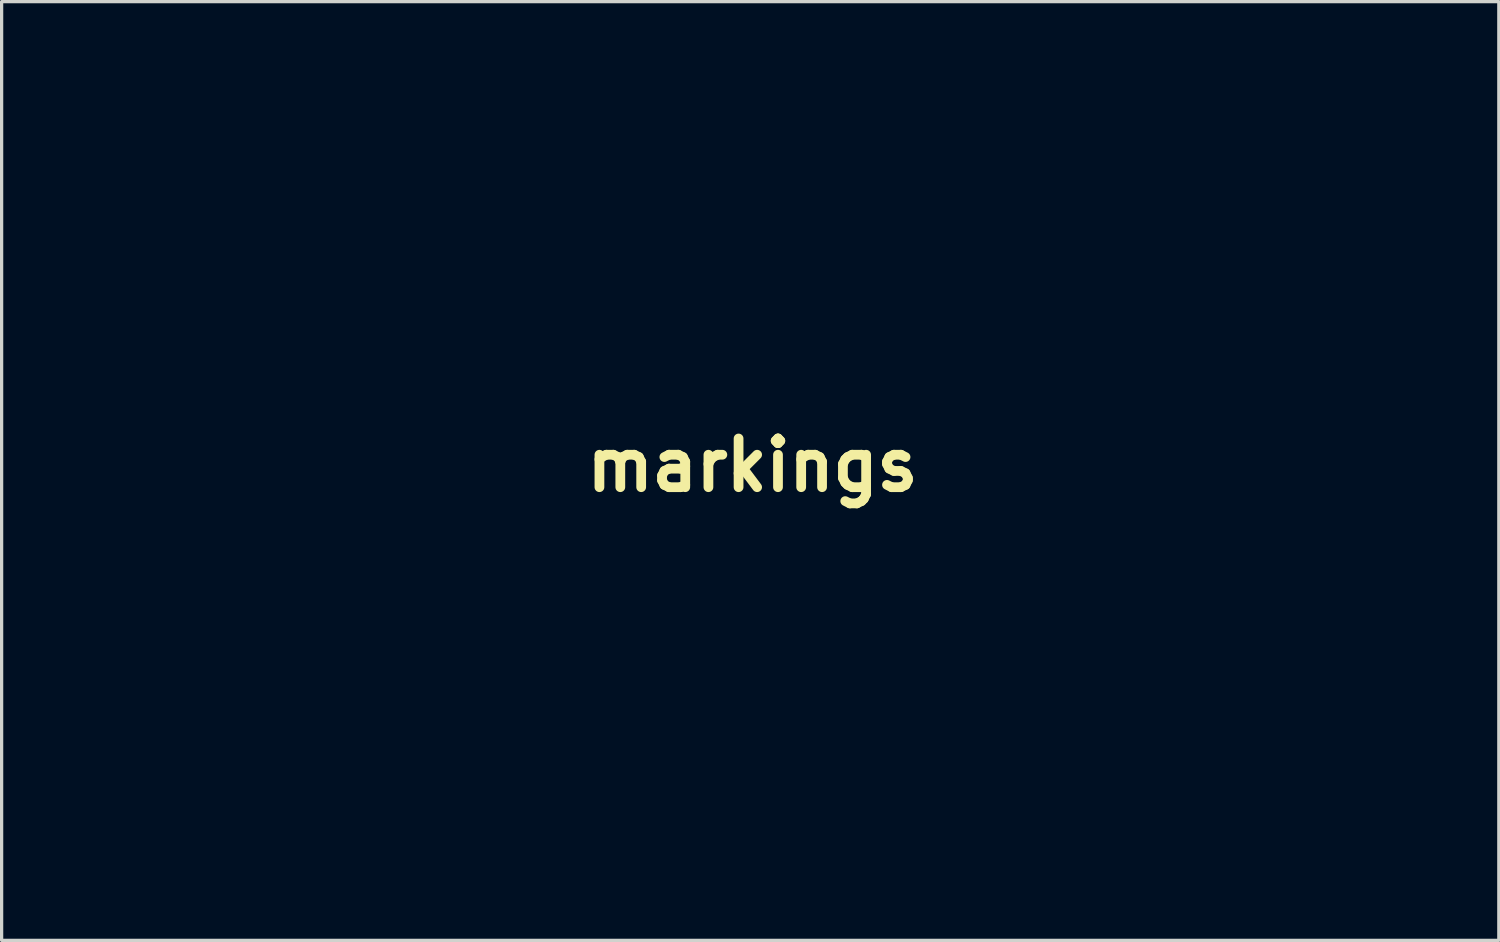
<source format=kicad_pcb>
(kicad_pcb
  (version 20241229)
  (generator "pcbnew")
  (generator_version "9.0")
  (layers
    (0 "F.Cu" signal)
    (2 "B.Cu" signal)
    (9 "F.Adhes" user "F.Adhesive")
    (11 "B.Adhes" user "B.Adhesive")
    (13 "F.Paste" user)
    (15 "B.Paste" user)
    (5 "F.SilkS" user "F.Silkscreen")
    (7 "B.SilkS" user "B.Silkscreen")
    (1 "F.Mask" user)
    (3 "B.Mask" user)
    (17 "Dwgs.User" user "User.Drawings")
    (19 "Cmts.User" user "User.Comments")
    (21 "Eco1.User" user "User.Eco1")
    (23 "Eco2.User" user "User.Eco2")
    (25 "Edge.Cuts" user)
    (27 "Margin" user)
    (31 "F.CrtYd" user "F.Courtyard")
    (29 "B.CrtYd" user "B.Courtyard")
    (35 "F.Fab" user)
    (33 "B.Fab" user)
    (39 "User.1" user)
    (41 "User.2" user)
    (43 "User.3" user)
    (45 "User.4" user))
  (footprint "markings"
    (layer "F.Cu")
    (at 20.128 11.278)
    (property "Reference" "markings" (at 0 0 0) (layer "F.SilkS") (effects (font (size 1.5 1.5) (thickness 0.3))))
    (attr board_only exclude_from_pos_files exclude_from_bom)
    (fp_poly (pts (xy -7.452 -2.244) (xy -7.444 -1.439) (xy -7.648 -1.439) (xy -7.853 -1.439) (xy -7.844 -2.244) (xy -7.836 -3.05) (xy -7.648 -3.05) (xy -7.46 -3.05)) (stroke (width 0) (type solid)) (fill yes) (layer "F.Mask"))
    (fp_poly (pts (xy 15.931 3.384) (xy 15.992 3.456) (xy 16.003 3.488) (xy 16 3.578) (xy 15.953 3.647) (xy 15.879 3.684) (xy 15.795 3.681) (xy 15.723 3.634) (xy 15.677 3.545) (xy 15.688 3.458) (xy 15.751 3.39) (xy 15.845 3.36)) (stroke (width 0) (type solid)) (fill yes) (layer "F.Mask"))
    (fp_poly (pts (xy 17.561 7.679) (xy 17.627 7.738) (xy 17.657 7.826) (xy 17.641 7.907) (xy 17.592 7.97) (xy 17.522 8.003) (xy 17.443 7.995) (xy 17.381 7.951) (xy 17.335 7.861) (xy 17.346 7.771) (xy 17.387 7.716) (xy 17.475 7.669)) (stroke (width 0) (type solid)) (fill yes) (layer "F.Mask"))
    (fp_poly (pts (xy 17.88 4.359) (xy 17.937 4.397) (xy 17.984 4.476) (xy 17.983 4.558) (xy 17.946 4.629) (xy 17.883 4.677) (xy 17.805 4.687) (xy 17.73 4.653) (xy 17.668 4.573) (xy 17.661 4.485) (xy 17.703 4.412) (xy 17.792 4.356)) (stroke (width 0) (type solid)) (fill yes) (layer "F.Mask"))
    (fp_poly (pts (xy 19.904 5.042) (xy 19.964 5.113) (xy 19.976 5.146) (xy 19.973 5.236) (xy 19.926 5.304) (xy 19.852 5.342) (xy 19.768 5.339) (xy 19.696 5.292) (xy 19.649 5.203) (xy 19.661 5.116) (xy 19.724 5.048) (xy 19.818 5.018)) (stroke (width 0) (type solid)) (fill yes) (layer "F.Mask"))
    (fp_poly (pts (xy 9.316 7.034) (xy 9.371 7.096) (xy 9.384 7.161) (xy 9.358 7.256) (xy 9.288 7.317) (xy 9.187 7.332) (xy 9.156 7.327) (xy 9.093 7.285) (xy 9.062 7.209) (xy 9.068 7.122) (xy 9.087 7.081) (xy 9.155 7.021) (xy 9.238 7.008)) (stroke (width 0) (type solid)) (fill yes) (layer "F.Mask"))
    (fp_poly (pts (xy 9.632 5.373) (xy 9.68 5.419) (xy 9.723 5.502) (xy 9.713 5.571) (xy 9.666 5.631) (xy 9.593 5.684) (xy 9.523 5.683) (xy 9.454 5.644) (xy 9.4 5.581) (xy 9.384 5.522) (xy 9.409 5.431) (xy 9.47 5.372) (xy 9.551 5.351)) (stroke (width 0) (type solid)) (fill yes) (layer "F.Mask"))
    (fp_poly (pts (xy 9.639 7.355) (xy 9.698 7.431) (xy 9.7 7.436) (xy 9.71 7.531) (xy 9.672 7.607) (xy 9.6 7.652) (xy 9.508 7.656) (xy 9.439 7.63) (xy 9.392 7.571) (xy 9.385 7.49) (xy 9.416 7.409) (xy 9.461 7.365) (xy 9.556 7.332)) (stroke (width 0) (type solid)) (fill yes) (layer "F.Mask"))
    (fp_poly (pts (xy 9.98 5.061) (xy 10.029 5.127) (xy 10.04 5.208) (xy 10.002 5.289) (xy 9.992 5.3) (xy 9.909 5.345) (xy 9.817 5.331) (xy 9.783 5.31) (xy 9.73 5.237) (xy 9.721 5.151) (xy 9.755 5.074) (xy 9.811 5.035) (xy 9.904 5.025)) (stroke (width 0) (type solid)) (fill yes) (layer "F.Mask"))
    (fp_poly (pts (xy 10.315 7.364) (xy 10.365 7.428) (xy 10.381 7.507) (xy 10.351 7.587) (xy 10.328 7.612) (xy 10.238 7.659) (xy 10.147 7.646) (xy 10.089 7.602) (xy 10.051 7.52) (xy 10.064 7.432) (xy 10.123 7.361) (xy 10.15 7.345) (xy 10.24 7.331)) (stroke (width 0) (type solid)) (fill yes) (layer "F.Mask"))
    (fp_poly (pts (xy 11.277 3.373) (xy 11.343 3.429) (xy 11.373 3.488) (xy 11.37 3.577) (xy 11.322 3.646) (xy 11.247 3.685) (xy 11.162 3.684) (xy 11.091 3.642) (xy 11.047 3.563) (xy 11.052 3.48) (xy 11.095 3.409) (xy 11.165 3.365) (xy 11.251 3.363)) (stroke (width 0) (type solid)) (fill yes) (layer "F.Mask"))
    (fp_poly (pts (xy 12.646 3.746) (xy 12.648 3.748) (xy 12.695 3.836) (xy 12.685 3.923) (xy 12.63 3.987) (xy 12.547 4.029) (xy 12.478 4.02) (xy 12.418 3.973) (xy 12.365 3.9) (xy 12.366 3.83) (xy 12.405 3.761) (xy 12.477 3.703) (xy 12.565 3.698)) (stroke (width 0) (type solid)) (fill yes) (layer "F.Mask"))
    (fp_poly (pts (xy 12.909 6.681) (xy 12.991 6.738) (xy 13.022 6.824) (xy 13.002 6.916) (xy 12.94 6.98) (xy 12.855 7.001) (xy 12.772 6.976) (xy 12.751 6.959) (xy 12.706 6.88) (xy 12.707 6.796) (xy 12.746 6.724) (xy 12.813 6.678) (xy 12.898 6.677)) (stroke (width 0) (type solid)) (fill yes) (layer "F.Mask"))
    (fp_poly (pts (xy 12.98 10.695) (xy 13.015 10.75) (xy 13.024 10.843) (xy 12.988 10.919) (xy 12.922 10.967) (xy 12.841 10.978) (xy 12.76 10.94) (xy 12.749 10.93) (xy 12.705 10.851) (xy 12.709 10.766) (xy 12.751 10.693) (xy 12.823 10.649) (xy 12.903 10.648)) (stroke (width 0) (type solid)) (fill yes) (layer "F.Mask"))
    (fp_poly (pts (xy 13.959 8.356) (xy 14.007 8.426) (xy 14.014 8.474) (xy 13.991 8.576) (xy 13.932 8.641) (xy 13.852 8.663) (xy 13.764 8.631) (xy 13.756 8.626) (xy 13.702 8.552) (xy 13.694 8.464) (xy 13.729 8.385) (xy 13.779 8.346) (xy 13.877 8.327)) (stroke (width 0) (type solid)) (fill yes) (layer "F.Mask"))
    (fp_poly (pts (xy 15.524 3.04) (xy 15.611 3.073) (xy 15.66 3.139) (xy 15.669 3.219) (xy 15.636 3.295) (xy 15.559 3.349) (xy 15.483 3.355) (xy 15.443 3.342) (xy 15.371 3.275) (xy 15.345 3.195) (xy 15.363 3.118) (xy 15.419 3.06) (xy 15.509 3.039)) (stroke (width 0) (type solid)) (fill yes) (layer "F.Mask"))
    (fp_poly (pts (xy 15.903 2.713) (xy 15.974 2.772) (xy 15.99 2.799) (xy 16.004 2.889) (xy 15.972 2.964) (xy 15.908 3.014) (xy 15.828 3.03) (xy 15.749 3) (xy 15.723 2.977) (xy 15.677 2.887) (xy 15.689 2.796) (xy 15.733 2.738) (xy 15.815 2.7)) (stroke (width 0) (type solid)) (fill yes) (layer "F.Mask"))
    (fp_poly (pts (xy 17.857 5.021) (xy 17.932 5.069) (xy 17.979 5.146) (xy 17.986 5.192) (xy 17.961 5.281) (xy 17.894 5.334) (xy 17.799 5.343) (xy 17.744 5.328) (xy 17.685 5.276) (xy 17.664 5.197) (xy 17.679 5.113) (xy 17.728 5.044) (xy 17.774 5.019)) (stroke (width 0) (type solid)) (fill yes) (layer "F.Mask"))
    (fp_poly (pts (xy 18.221 4.035) (xy 18.278 4.08) (xy 18.313 4.139) (xy 18.319 4.227) (xy 18.279 4.296) (xy 18.21 4.337) (xy 18.127 4.341) (xy 18.048 4.3) (xy 18.035 4.287) (xy 17.995 4.207) (xy 18.005 4.127) (xy 18.054 4.062) (xy 18.131 4.026)) (stroke (width 0) (type solid)) (fill yes) (layer "F.Mask"))
    (fp_poly (pts (xy 18.241 6.7) (xy 18.251 6.706) (xy 18.316 6.779) (xy 18.326 6.866) (xy 18.281 6.948) (xy 18.273 6.955) (xy 18.185 7.002) (xy 18.098 6.991) (xy 18.032 6.93) (xy 17.999 6.838) (xy 18.017 6.756) (xy 18.071 6.698) (xy 18.15 6.674)) (stroke (width 0) (type solid)) (fill yes) (layer "F.Mask"))
    (fp_poly (pts (xy 4.214 -1.774) (xy 4.293 -1.715) (xy 4.341 -1.637) (xy 4.334 -1.565) (xy 4.271 -1.485) (xy 4.271 -1.484) (xy 4.177 -1.42) (xy 4.085 -1.417) (xy 4.004 -1.47) (xy 3.957 -1.544) (xy 3.941 -1.609) (xy 3.967 -1.703) (xy 4.032 -1.765) (xy 4.12 -1.79)) (stroke (width 0) (type solid)) (fill yes) (layer "F.Mask"))
    (fp_poly (pts (xy 9.299 5.702) (xy 9.31 5.709) (xy 9.366 5.776) (xy 9.385 5.865) (xy 9.363 5.948) (xy 9.347 5.968) (xy 9.272 6.004) (xy 9.182 5.998) (xy 9.106 5.955) (xy 9.089 5.935) (xy 9.058 5.844) (xy 9.076 5.762) (xy 9.13 5.702) (xy 9.209 5.678)) (stroke (width 0) (type solid)) (fill yes) (layer "F.Mask"))
    (fp_poly (pts (xy 9.945 7.682) (xy 9.992 7.713) (xy 10.034 7.788) (xy 10.032 7.87) (xy 9.995 7.943) (xy 9.935 7.993) (xy 9.861 8.006) (xy 9.803 7.984) (xy 9.751 7.924) (xy 9.717 7.845) (xy 9.716 7.775) (xy 9.716 7.775) (xy 9.773 7.703) (xy 9.857 7.67)) (stroke (width 0) (type solid)) (fill yes) (layer "F.Mask"))
    (fp_poly (pts (xy 10.645 6.044) (xy 10.692 6.122) (xy 10.698 6.176) (xy 10.682 6.271) (xy 10.638 6.318) (xy 10.576 6.344) (xy 10.521 6.34) (xy 10.456 6.312) (xy 10.398 6.254) (xy 10.38 6.173) (xy 10.401 6.091) (xy 10.46 6.033) (xy 10.463 6.032) (xy 10.565 6.011)) (stroke (width 0) (type solid)) (fill yes) (layer "F.Mask"))
    (fp_poly (pts (xy 12.647 9.705) (xy 12.687 9.782) (xy 12.679 9.877) (xy 12.667 9.904) (xy 12.605 9.961) (xy 12.518 9.98) (xy 12.433 9.956) (xy 12.432 9.955) (xy 12.384 9.89) (xy 12.374 9.805) (xy 12.397 9.723) (xy 12.452 9.667) (xy 12.472 9.659) (xy 12.572 9.659)) (stroke (width 0) (type solid)) (fill yes) (layer "F.Mask"))
    (fp_poly (pts (xy 12.955 5.04) (xy 13.013 5.115) (xy 13.015 5.119) (xy 13.024 5.212) (xy 12.988 5.289) (xy 12.922 5.337) (xy 12.841 5.348) (xy 12.76 5.31) (xy 12.749 5.3) (xy 12.704 5.217) (xy 12.712 5.127) (xy 12.772 5.053) (xy 12.777 5.05) (xy 12.871 5.017)) (stroke (width 0) (type solid)) (fill yes) (layer "F.Mask"))
    (fp_poly (pts (xy 13.889 9.651) (xy 13.936 9.679) (xy 14.001 9.753) (xy 14.014 9.817) (xy 13.992 9.915) (xy 13.928 9.968) (xy 13.857 9.979) (xy 13.781 9.965) (xy 13.739 9.941) (xy 13.702 9.865) (xy 13.709 9.775) (xy 13.756 9.697) (xy 13.779 9.679) (xy 13.84 9.645)) (stroke (width 0) (type solid)) (fill yes) (layer "F.Mask"))
    (fp_poly (pts (xy 13.98 7.722) (xy 14.013 7.803) (xy 14.014 7.816) (xy 13.991 7.909) (xy 13.933 7.976) (xy 13.856 8.005) (xy 13.777 7.985) (xy 13.776 7.984) (xy 13.714 7.913) (xy 13.695 7.827) (xy 13.717 7.745) (xy 13.778 7.688) (xy 13.806 7.678) (xy 13.906 7.677)) (stroke (width 0) (type solid)) (fill yes) (layer "F.Mask"))
    (fp_poly (pts (xy 14.244 8.676) (xy 14.316 8.72) (xy 14.355 8.796) (xy 14.358 8.823) (xy 14.334 8.894) (xy 14.278 8.962) (xy 14.211 9.004) (xy 14.186 9.009) (xy 14.13 8.988) (xy 14.076 8.946) (xy 14.021 8.86) (xy 14.027 8.775) (xy 14.071 8.717) (xy 14.156 8.673)) (stroke (width 0) (type solid)) (fill yes) (layer "F.Mask"))
    (fp_poly (pts (xy 16.928 5.04) (xy 16.986 5.115) (xy 16.987 5.119) (xy 16.997 5.212) (xy 16.961 5.289) (xy 16.895 5.337) (xy 16.814 5.348) (xy 16.732 5.31) (xy 16.722 5.3) (xy 16.677 5.217) (xy 16.685 5.127) (xy 16.744 5.053) (xy 16.749 5.05) (xy 16.844 5.017)) (stroke (width 0) (type solid)) (fill yes) (layer "F.Mask"))
    (fp_poly (pts (xy 17.247 2.058) (xy 17.306 2.119) (xy 17.328 2.2) (xy 17.306 2.281) (xy 17.26 2.329) (xy 17.176 2.372) (xy 17.107 2.362) (xy 17.048 2.315) (xy 17.002 2.256) (xy 16.985 2.212) (xy 17.011 2.136) (xy 17.072 2.069) (xy 17.145 2.034) (xy 17.157 2.033)) (stroke (width 0) (type solid)) (fill yes) (layer "F.Mask"))
    (fp_poly (pts (xy 18.245 4.715) (xy 18.281 4.741) (xy 18.326 4.82) (xy 18.32 4.9) (xy 18.275 4.968) (xy 18.202 5.009) (xy 18.109 5.008) (xy 18.089 5.002) (xy 18.025 4.949) (xy 17.996 4.864) (xy 18.01 4.771) (xy 18.016 4.758) (xy 18.074 4.707) (xy 18.159 4.692)) (stroke (width 0) (type solid)) (fill yes) (layer "F.Mask"))
    (fp_poly (pts (xy 19.586 5.372) (xy 19.607 5.387) (xy 19.642 5.461) (xy 19.636 5.551) (xy 19.594 5.628) (xy 19.575 5.644) (xy 19.494 5.687) (xy 19.432 5.677) (xy 19.367 5.613) (xy 19.324 5.525) (xy 19.34 5.438) (xy 19.371 5.388) (xy 19.429 5.357) (xy 19.511 5.351)) (stroke (width 0) (type solid)) (fill yes) (layer "F.Mask"))
    (fp_poly (pts (xy 16.267 3.056) (xy 16.318 3.123) (xy 16.329 3.195) (xy 16.306 3.268) (xy 16.253 3.337) (xy 16.19 3.376) (xy 16.172 3.378) (xy 16.136 3.362) (xy 16.085 3.33) (xy 16.032 3.261) (xy 16.016 3.172) (xy 16.039 3.09) (xy 16.053 3.072) (xy 16.112 3.043) (xy 16.172 3.034)) (stroke (width 0) (type solid)) (fill yes) (layer "F.Mask"))
    (fp_poly (pts (xy 19.216 6.03) (xy 19.285 6.086) (xy 19.327 6.153) (xy 19.332 6.178) (xy 19.308 6.237) (xy 19.254 6.301) (xy 19.193 6.344) (xy 19.166 6.35) (xy 19.112 6.333) (xy 19.057 6.301) (xy 19.002 6.232) (xy 18.993 6.148) (xy 19.023 6.07) (xy 19.088 6.017) (xy 19.146 6.006)) (stroke (width 0) (type solid)) (fill yes) (layer "F.Mask"))
    (fp_poly (pts (xy 1.057 -9.314) (xy 1.048 -9.15) (xy 0.805 -9.14) (xy 0.563 -9.131) (xy 0.563 -8.491) (xy 0.563 -7.851) (xy 0.36 -7.851) (xy 0.156 -7.851) (xy 0.156 -8.491) (xy 0.156 -9.131) (xy -0.086 -9.14) (xy -0.328 -9.15) (xy -0.338 -9.314) (xy -0.347 -9.478) (xy 0.36 -9.478) (xy 1.067 -9.478)) (stroke (width 0) (type solid)) (fill yes) (layer "F.Mask"))
    (fp_poly (pts (xy 9.971 8.678) (xy 10.004 8.702) (xy 10.039 8.776) (xy 10.033 8.866) (xy 9.99 8.944) (xy 9.972 8.96) (xy 9.911 8.998) (xy 9.87 9.003) (xy 9.816 8.976) (xy 9.815 8.975) (xy 9.755 8.922) (xy 9.726 8.88) (xy 9.714 8.803) (xy 9.748 8.735) (xy 9.812 8.684) (xy 9.892 8.662)) (stroke (width 0) (type solid)) (fill yes) (layer "F.Mask"))
    (fp_poly (pts (xy 17.916 9.335) (xy 17.949 9.359) (xy 17.984 9.433) (xy 17.979 9.523) (xy 17.936 9.601) (xy 17.917 9.617) (xy 17.857 9.655) (xy 17.815 9.66) (xy 17.761 9.633) (xy 17.76 9.632) (xy 17.701 9.579) (xy 17.672 9.537) (xy 17.659 9.46) (xy 17.693 9.392) (xy 17.758 9.341) (xy 17.837 9.319)) (stroke (width 0) (type solid)) (fill yes) (layer "F.Mask"))
    (fp_poly (pts (xy 12.902 3.042) (xy 12.979 3.085) (xy 12.995 3.104) (xy 13.026 3.185) (xy 13.042 3.303) (xy 13.04 3.431) (xy 13.022 3.546) (xy 13.004 3.597) (xy 12.94 3.663) (xy 12.849 3.685) (xy 12.755 3.658) (xy 12.727 3.631) (xy 12.71 3.58) (xy 12.702 3.493) (xy 12.7 3.367) (xy 12.705 3.223) (xy 12.718 3.121) (xy 12.738 3.072) (xy 12.812 3.037)) (stroke (width 0) (type solid)) (fill yes) (layer "F.Mask"))
    (fp_poly (pts (xy 14.848 9.649) (xy 14.956 9.692) (xy 15.009 9.764) (xy 15.015 9.806) (xy 15.001 9.884) (xy 14.956 9.936) (xy 14.869 9.966) (xy 14.733 9.978) (xy 14.67 9.979) (xy 14.542 9.977) (xy 14.463 9.968) (xy 14.418 9.951) (xy 14.392 9.921) (xy 14.39 9.918) (xy 14.357 9.812) (xy 14.38 9.729) (xy 14.458 9.67) (xy 14.589 9.639) (xy 14.686 9.634)) (stroke (width 0) (type solid)) (fill yes) (layer "F.Mask"))
    (fp_poly (pts (xy 16.61 2.405) (xy 16.631 2.426) (xy 16.655 2.492) (xy 16.67 2.601) (xy 16.673 2.689) (xy 16.66 2.856) (xy 16.621 2.967) (xy 16.555 3.025) (xy 16.501 3.034) (xy 16.426 3.009) (xy 16.377 2.965) (xy 16.348 2.887) (xy 16.332 2.773) (xy 16.33 2.646) (xy 16.341 2.528) (xy 16.366 2.442) (xy 16.375 2.428) (xy 16.444 2.381) (xy 16.532 2.373)) (stroke (width 0) (type solid)) (fill yes) (layer "F.Mask"))
    (fp_poly (pts (xy 11.182 5.354) (xy 11.282 5.376) (xy 11.334 5.406) (xy 11.381 5.491) (xy 11.366 5.576) (xy 11.324 5.631) (xy 11.276 5.665) (xy 11.209 5.685) (xy 11.106 5.692) (xy 11.042 5.693) (xy 10.916 5.689) (xy 10.835 5.676) (xy 10.781 5.648) (xy 10.761 5.631) (xy 10.706 5.544) (xy 10.712 5.459) (xy 10.755 5.401) (xy 10.825 5.368) (xy 10.933 5.35) (xy 11.059 5.345)) (stroke (width 0) (type solid)) (fill yes) (layer "F.Mask"))
    (fp_poly (pts (xy 16.158 0.724) (xy 16.252 0.742) (xy 16.305 0.778) (xy 16.326 0.836) (xy 16.329 0.876) (xy 16.32 0.946) (xy 16.286 0.992) (xy 16.218 1.019) (xy 16.104 1.03) (xy 15.995 1.032) (xy 15.864 1.03) (xy 15.782 1.023) (xy 15.735 1.007) (xy 15.708 0.979) (xy 15.704 0.972) (xy 15.669 0.872) (xy 15.687 0.799) (xy 15.76 0.75) (xy 15.888 0.725) (xy 16.012 0.719)) (stroke (width 0) (type solid)) (fill yes) (layer "F.Mask"))
    (fp_poly (pts (xy 16.61 10.35) (xy 16.631 10.372) (xy 16.657 10.441) (xy 16.671 10.547) (xy 16.674 10.67) (xy 16.666 10.79) (xy 16.647 10.885) (xy 16.624 10.93) (xy 16.541 10.974) (xy 16.451 10.967) (xy 16.378 10.911) (xy 16.377 10.91) (xy 16.348 10.833) (xy 16.332 10.719) (xy 16.33 10.591) (xy 16.341 10.473) (xy 16.366 10.387) (xy 16.375 10.373) (xy 16.444 10.326) (xy 16.532 10.319)) (stroke (width 0) (type solid)) (fill yes) (layer "F.Mask"))
    (fp_poly (pts (xy 16.479 4.694) (xy 16.56 4.701) (xy 16.607 4.717) (xy 16.635 4.744) (xy 16.643 4.758) (xy 16.664 4.853) (xy 16.637 4.942) (xy 16.569 5.002) (xy 16.561 5.006) (xy 16.465 5.026) (xy 16.344 5.032) (xy 16.221 5.023) (xy 16.12 5.002) (xy 16.079 4.983) (xy 16.031 4.917) (xy 16.016 4.828) (xy 16.039 4.747) (xy 16.053 4.73) (xy 16.106 4.709) (xy 16.211 4.696) (xy 16.349 4.692)) (stroke (width 0) (type solid)) (fill yes) (layer "F.Mask"))
    (fp_poly (pts (xy 19.901 5.702) (xy 19.952 5.759) (xy 19.98 5.862) (xy 19.988 6.012) (xy 19.984 6.137) (xy 19.97 6.217) (xy 19.941 6.271) (xy 19.926 6.287) (xy 19.853 6.341) (xy 19.783 6.34) (xy 19.714 6.301) (xy 19.678 6.27) (xy 19.657 6.226) (xy 19.647 6.154) (xy 19.644 6.039) (xy 19.644 6.008) (xy 19.65 5.86) (xy 19.669 5.765) (xy 19.708 5.711) (xy 19.773 5.688) (xy 19.822 5.685)) (stroke (width 0) (type solid)) (fill yes) (layer "F.Mask"))
    (fp_poly (pts (xy -4.198 -2.886) (xy -4.188 -2.721) (xy -4.612 -2.721) (xy -5.036 -2.721) (xy -5.036 -2.565) (xy -5.036 -2.409) (xy -4.661 -2.409) (xy -4.285 -2.409) (xy -4.285 -2.237) (xy -4.285 -2.065) (xy -4.661 -2.065) (xy -5.036 -2.065) (xy -5.036 -1.908) (xy -5.036 -1.752) (xy -4.598 -1.752) (xy -4.16 -1.752) (xy -4.16 -1.595) (xy -4.16 -1.439) (xy -4.818 -1.439) (xy -5.475 -1.439) (xy -5.467 -2.244) (xy -5.458 -3.05) (xy -4.833 -3.05) (xy -4.207 -3.05)) (stroke (width 0) (type solid)) (fill yes) (layer "F.Mask"))
    (fp_poly (pts (xy -2.884 -6.092) (xy -2.893 -5.928) (xy -3.324 -5.919) (xy -3.754 -5.91) (xy -3.754 -5.755) (xy -3.754 -5.599) (xy -3.363 -5.599) (xy -2.972 -5.599) (xy -2.972 -5.444) (xy -2.972 -5.288) (xy -3.355 -5.28) (xy -3.738 -5.271) (xy -3.738 -5.114) (xy -3.738 -4.958) (xy -3.308 -4.958) (xy -2.878 -4.958) (xy -2.878 -4.794) (xy -2.878 -4.63) (xy -3.519 -4.63) (xy -4.16 -4.63) (xy -4.16 -5.443) (xy -4.16 -6.256) (xy -3.517 -6.256) (xy -2.875 -6.256)) (stroke (width 0) (type solid)) (fill yes) (layer "F.Mask"))
    (fp_poly (pts (xy 2.502 -9.323) (xy 2.502 -9.167) (xy 2.072 -9.158) (xy 1.642 -9.15) (xy 1.642 -8.993) (xy 1.642 -8.837) (xy 2.025 -8.828) (xy 2.409 -8.819) (xy 2.409 -8.665) (xy 2.409 -8.51) (xy 2.025 -8.502) (xy 1.642 -8.493) (xy 1.642 -8.352) (xy 1.642 -8.211) (xy 2.08 -8.196) (xy 2.518 -8.18) (xy 2.528 -8.016) (xy 2.537 -7.851) (xy 1.878 -7.851) (xy 1.22 -7.851) (xy 1.22 -8.665) (xy 1.22 -9.478) (xy 1.861 -9.478) (xy 2.502 -9.478)) (stroke (width 0) (type solid)) (fill yes) (layer "F.Mask"))
    (fp_poly (pts (xy 4.34 -6.25) (xy 4.551 -6.241) (xy 4.56 -5.907) (xy 4.569 -5.574) (xy 4.889 -5.579) (xy 5.208 -5.584) (xy 5.217 -5.92) (xy 5.226 -6.256) (xy 5.428 -6.256) (xy 5.631 -6.256) (xy 5.631 -5.443) (xy 5.631 -4.63) (xy 5.427 -4.63) (xy 5.224 -4.63) (xy 5.224 -4.942) (xy 5.224 -5.255) (xy 4.895 -5.255) (xy 4.567 -5.255) (xy 4.567 -4.942) (xy 4.567 -4.63) (xy 4.348 -4.63) (xy 4.129 -4.63) (xy 4.129 -5.444) (xy 4.129 -6.259)) (stroke (width 0) (type solid)) (fill yes) (layer "F.Mask"))
    (fp_poly (pts (xy 12.506 10.985) (xy 12.605 11.007) (xy 12.664 11.056) (xy 12.692 11.144) (xy 12.7 11.279) (xy 12.7 11.316) (xy 12.695 11.457) (xy 12.675 11.549) (xy 12.627 11.603) (xy 12.541 11.629) (xy 12.406 11.636) (xy 12.358 11.636) (xy 12.216 11.632) (xy 12.126 11.619) (xy 12.078 11.594) (xy 12.075 11.59) (xy 12.055 11.534) (xy 12.044 11.436) (xy 12.04 11.316) (xy 12.044 11.195) (xy 12.056 11.092) (xy 12.075 11.027) (xy 12.078 11.022) (xy 12.131 10.996) (xy 12.241 10.982) (xy 12.355 10.98)) (stroke (width 0) (type solid)) (fill yes) (layer "F.Mask"))
    (fp_poly (pts (xy 9.277 4.038) (xy 9.317 4.052) (xy 9.345 4.085) (xy 9.365 4.144) (xy 9.376 4.238) (xy 9.382 4.374) (xy 9.384 4.56) (xy 9.384 4.697) (xy 9.384 4.903) (xy 9.382 5.055) (xy 9.378 5.163) (xy 9.371 5.234) (xy 9.36 5.277) (xy 9.345 5.302) (xy 9.324 5.317) (xy 9.218 5.347) (xy 9.13 5.321) (xy 9.089 5.279) (xy 9.07 5.241) (xy 9.056 5.181) (xy 9.048 5.091) (xy 9.042 4.961) (xy 9.04 4.782) (xy 9.04 4.692) (xy 9.042 4.471) (xy 9.049 4.306) (xy 9.062 4.187) (xy 9.085 4.109) (xy 9.12 4.062) (xy 9.168 4.04) (xy 9.223 4.035)) (stroke (width 0) (type solid)) (fill yes) (layer "F.Mask"))
    (fp_poly (pts (xy 10.395 9.984) (xy 10.525 10.005) (xy 10.611 10.051) (xy 10.663 10.13) (xy 10.688 10.253) (xy 10.697 10.426) (xy 10.697 10.474) (xy 10.697 10.62) (xy 10.693 10.717) (xy 10.682 10.781) (xy 10.661 10.825) (xy 10.627 10.864) (xy 10.601 10.889) (xy 10.551 10.932) (xy 10.504 10.958) (xy 10.442 10.973) (xy 10.35 10.978) (xy 10.218 10.978) (xy 10.033 10.971) (xy 9.904 10.952) (xy 9.849 10.932) (xy 9.774 10.865) (xy 9.725 10.755) (xy 9.701 10.597) (xy 9.697 10.479) (xy 9.706 10.293) (xy 9.737 10.158) (xy 9.799 10.066) (xy 9.9 10.011) (xy 10.046 9.985) (xy 10.214 9.979)) (stroke (width 0) (type solid)) (fill yes) (layer "F.Mask"))
    (fp_poly (pts (xy 12.511 7.013) (xy 12.612 7.035) (xy 12.67 7.079) (xy 12.696 7.151) (xy 12.7 7.212) (xy 12.706 7.285) (xy 12.733 7.314) (xy 12.791 7.32) (xy 12.908 7.332) (xy 12.98 7.376) (xy 13.016 7.438) (xy 13.027 7.522) (xy 12.997 7.59) (xy 12.975 7.62) (xy 12.947 7.64) (xy 12.902 7.653) (xy 12.829 7.66) (xy 12.716 7.663) (xy 12.554 7.664) (xy 12.531 7.664) (xy 12.351 7.662) (xy 12.224 7.657) (xy 12.141 7.647) (xy 12.093 7.632) (xy 12.076 7.619) (xy 12.056 7.563) (xy 12.044 7.465) (xy 12.04 7.345) (xy 12.044 7.223) (xy 12.055 7.12) (xy 12.073 7.056) (xy 12.077 7.051) (xy 12.126 7.025) (xy 12.223 7.011) (xy 12.358 7.007)) (stroke (width 0) (type solid)) (fill yes) (layer "F.Mask"))
    (fp_poly (pts (xy 13.242 8.008) (xy 13.395 8.011) (xy 13.503 8.015) (xy 13.575 8.023) (xy 13.62 8.035) (xy 13.647 8.051) (xy 13.657 8.063) (xy 13.697 8.152) (xy 13.675 8.234) (xy 13.645 8.268) (xy 13.609 8.289) (xy 13.551 8.305) (xy 13.459 8.316) (xy 13.324 8.323) (xy 13.152 8.328) (xy 12.716 8.336) (xy 12.705 8.446) (xy 12.675 8.556) (xy 12.617 8.631) (xy 12.543 8.665) (xy 12.465 8.651) (xy 12.405 8.595) (xy 12.374 8.518) (xy 12.358 8.407) (xy 12.355 8.283) (xy 12.365 8.168) (xy 12.389 8.082) (xy 12.405 8.057) (xy 12.432 8.039) (xy 12.477 8.026) (xy 12.55 8.017) (xy 12.659 8.012) (xy 12.812 8.009) (xy 13.019 8.008) (xy 13.035 8.008)) (stroke (width 0) (type solid)) (fill yes) (layer "F.Mask"))
    (fp_poly (pts (xy 9.324 7.696) (xy 9.345 7.711) (xy 9.36 7.736) (xy 9.371 7.78) (xy 9.378 7.852) (xy 9.382 7.959) (xy 9.384 8.112) (xy 9.384 8.318) (xy 9.384 8.32) (xy 9.384 8.526) (xy 9.383 8.679) (xy 9.379 8.787) (xy 9.372 8.859) (xy 9.361 8.905) (xy 9.345 8.934) (xy 9.323 8.954) (xy 9.315 8.96) (xy 9.248 9) (xy 9.199 8.999) (xy 9.141 8.956) (xy 9.117 8.932) (xy 9.089 8.902) (xy 9.069 8.87) (xy 9.055 8.825) (xy 9.047 8.758) (xy 9.042 8.659) (xy 9.04 8.517) (xy 9.04 8.329) (xy 9.041 8.125) (xy 9.045 7.975) (xy 9.052 7.868) (xy 9.063 7.796) (xy 9.079 7.749) (xy 9.089 7.733) (xy 9.163 7.674) (xy 9.26 7.671)) (stroke (width 0) (type solid)) (fill yes) (layer "F.Mask"))
    (fp_poly (pts (xy 3.816 -2.915) (xy 3.815 -2.867) (xy 3.81 -2.821) (xy 3.799 -2.767) (xy 3.778 -2.7) (xy 3.745 -2.613) (xy 3.698 -2.499) (xy 3.634 -2.351) (xy 3.551 -2.161) (xy 3.445 -1.924) (xy 3.403 -1.83) (xy 3.235 -1.455) (xy 3.009 -1.445) (xy 2.784 -1.436) (xy 2.896 -1.68) (xy 2.961 -1.823) (xy 3.028 -1.974) (xy 3.083 -2.101) (xy 3.087 -2.111) (xy 3.143 -2.239) (xy 3.202 -2.368) (xy 3.237 -2.44) (xy 3.3 -2.568) (xy 3.331 -2.649) (xy 3.327 -2.695) (xy 3.284 -2.716) (xy 3.198 -2.721) (xy 3.13 -2.721) (xy 2.909 -2.721) (xy 2.909 -2.612) (xy 2.909 -2.502) (xy 2.737 -2.502) (xy 2.565 -2.502) (xy 2.565 -2.784) (xy 2.565 -3.066) (xy 3.191 -3.066) (xy 3.816 -3.066)) (stroke (width 0) (type solid)) (fill yes) (layer "F.Mask"))
    (fp_poly (pts (xy 10.286 5.367) (xy 10.333 5.406) (xy 10.36 5.468) (xy 10.378 5.569) (xy 10.386 5.69) (xy 10.384 5.809) (xy 10.371 5.904) (xy 10.356 5.941) (xy 10.31 5.972) (xy 10.227 5.998) (xy 10.192 6.003) (xy 10.108 6.018) (xy 10.067 6.044) (xy 10.051 6.099) (xy 10.047 6.138) (xy 10.016 6.25) (xy 9.97 6.303) (xy 9.913 6.338) (xy 9.872 6.344) (xy 9.822 6.328) (xy 9.763 6.29) (xy 9.736 6.262) (xy 9.713 6.198) (xy 9.7 6.096) (xy 9.699 5.976) (xy 9.71 5.862) (xy 9.732 5.776) (xy 9.733 5.774) (xy 9.793 5.708) (xy 9.888 5.669) (xy 9.982 5.668) (xy 10.017 5.648) (xy 10.036 5.57) (xy 10.036 5.568) (xy 10.066 5.455) (xy 10.126 5.38) (xy 10.204 5.349)) (stroke (width 0) (type solid)) (fill yes) (layer "F.Mask"))
    (fp_poly (pts (xy 17.113 4.352) (xy 17.209 4.363) (xy 17.263 4.376) (xy 17.265 4.377) (xy 17.296 4.424) (xy 17.321 4.507) (xy 17.327 4.541) (xy 17.342 4.626) (xy 17.369 4.668) (xy 17.428 4.687) (xy 17.478 4.694) (xy 17.578 4.712) (xy 17.63 4.739) (xy 17.65 4.789) (xy 17.653 4.85) (xy 17.643 4.929) (xy 17.607 4.98) (xy 17.534 5.011) (xy 17.413 5.027) (xy 17.362 5.031) (xy 17.245 5.035) (xy 17.17 5.029) (xy 17.119 5.008) (xy 17.071 4.968) (xy 17.066 4.963) (xy 16.999 4.861) (xy 16.985 4.787) (xy 16.979 4.723) (xy 16.948 4.697) (xy 16.878 4.692) (xy 16.767 4.67) (xy 16.695 4.607) (xy 16.673 4.52) (xy 16.688 4.439) (xy 16.738 4.387) (xy 16.833 4.358) (xy 16.979 4.349) (xy 16.996 4.349)) (stroke (width 0) (type solid)) (fill yes) (layer "F.Mask"))
    (fp_poly (pts (xy 2.06 -2.122) (xy 2.061 -2.121) (xy 2.157 -2.111) (xy 1.997 -1.713) (xy 1.933 -1.554) (xy 1.886 -1.444) (xy 1.85 -1.374) (xy 1.82 -1.335) (xy 1.79 -1.318) (xy 1.752 -1.314) (xy 1.734 -1.314) (xy 1.693 -1.315) (xy 1.66 -1.326) (xy 1.631 -1.355) (xy 1.598 -1.412) (xy 1.557 -1.505) (xy 1.502 -1.643) (xy 1.474 -1.713) (xy 1.317 -2.111) (xy 1.413 -2.122) (xy 1.488 -2.121) (xy 1.533 -2.106) (xy 1.553 -2.066) (xy 1.585 -1.982) (xy 1.625 -1.869) (xy 1.642 -1.82) (xy 1.681 -1.706) (xy 1.714 -1.621) (xy 1.736 -1.577) (xy 1.741 -1.574) (xy 1.757 -1.608) (xy 1.787 -1.686) (xy 1.828 -1.795) (xy 1.846 -1.846) (xy 1.888 -1.963) (xy 1.923 -2.056) (xy 1.946 -2.11) (xy 1.951 -2.118) (xy 1.988 -2.124)) (stroke (width 0) (type solid)) (fill yes) (layer "F.Mask"))
    (fp_poly (pts (xy 12.191 9.986) (xy 12.289 10.015) (xy 12.348 10.071) (xy 12.38 10.16) (xy 12.384 10.184) (xy 12.409 10.272) (xy 12.446 10.309) (xy 12.45 10.31) (xy 12.519 10.315) (xy 12.568 10.318) (xy 12.64 10.35) (xy 12.683 10.421) (xy 12.689 10.511) (xy 12.674 10.557) (xy 12.655 10.594) (xy 12.627 10.616) (xy 12.578 10.629) (xy 12.495 10.634) (xy 12.364 10.635) (xy 12.341 10.635) (xy 12.043 10.635) (xy 12.043 10.738) (xy 12.023 10.851) (xy 11.971 10.933) (xy 11.899 10.975) (xy 11.818 10.97) (xy 11.751 10.922) (xy 11.728 10.887) (xy 11.713 10.831) (xy 11.704 10.744) (xy 11.7 10.615) (xy 11.699 10.471) (xy 11.701 10.285) (xy 11.711 10.154) (xy 11.735 10.066) (xy 11.78 10.014) (xy 11.853 9.988) (xy 11.958 9.979) (xy 12.044 9.979)) (stroke (width 0) (type solid)) (fill yes) (layer "F.Mask"))
    (fp_poly (pts (xy -9.947 -8.666) (xy -9.947 -7.851) (xy -10.132 -7.851) (xy -10.316 -7.851) (xy -10.671 -8.335) (xy -10.783 -8.486) (xy -10.883 -8.617) (xy -10.964 -8.722) (xy -11.022 -8.792) (xy -11.049 -8.82) (xy -11.05 -8.82) (xy -11.067 -8.795) (xy -11.068 -8.766) (xy -11.067 -8.716) (xy -11.066 -8.617) (xy -11.067 -8.481) (xy -11.068 -8.323) (xy -11.068 -8.282) (xy -11.073 -7.851) (xy -11.261 -7.851) (xy -11.449 -7.851) (xy -11.449 -8.665) (xy -11.449 -9.478) (xy -11.264 -9.478) (xy -11.079 -9.478) (xy -10.719 -8.993) (xy -10.607 -8.844) (xy -10.508 -8.717) (xy -10.428 -8.617) (xy -10.372 -8.553) (xy -10.347 -8.531) (xy -10.346 -8.531) (xy -10.341 -8.57) (xy -10.337 -8.659) (xy -10.333 -8.787) (xy -10.33 -8.942) (xy -10.329 -9.009) (xy -10.325 -9.462) (xy -10.136 -9.472) (xy -9.947 -9.481)) (stroke (width 0) (type solid)) (fill yes) (layer "F.Mask"))
    (fp_poly (pts (xy 10.374 1.377) (xy 10.471 1.383) (xy 10.535 1.395) (xy 10.579 1.416) (xy 10.619 1.451) (xy 10.621 1.453) (xy 10.656 1.492) (xy 10.678 1.534) (xy 10.691 1.594) (xy 10.696 1.686) (xy 10.698 1.824) (xy 10.698 1.861) (xy 10.697 2.011) (xy 10.692 2.111) (xy 10.681 2.177) (xy 10.661 2.222) (xy 10.63 2.26) (xy 10.621 2.269) (xy 10.548 2.324) (xy 10.475 2.35) (xy 10.473 2.35) (xy 10.367 2.355) (xy 10.244 2.358) (xy 10.121 2.358) (xy 10.017 2.357) (xy 9.951 2.353) (xy 9.941 2.352) (xy 9.839 2.312) (xy 9.768 2.248) (xy 9.724 2.15) (xy 9.702 2.007) (xy 9.697 1.855) (xy 9.711 1.66) (xy 9.752 1.518) (xy 9.823 1.427) (xy 9.852 1.409) (xy 9.908 1.395) (xy 10.009 1.384) (xy 10.14 1.378) (xy 10.228 1.376)) (stroke (width 0) (type solid)) (fill yes) (layer "F.Mask"))
    (fp_poly (pts (xy 15.69 8.666) (xy 15.805 8.67) (xy 15.881 8.679) (xy 15.929 8.695) (xy 15.96 8.717) (xy 15.964 8.722) (xy 16.011 8.807) (xy 15.996 8.891) (xy 15.953 8.946) (xy 15.912 8.978) (xy 15.856 8.997) (xy 15.769 9.006) (xy 15.637 9.009) (xy 15.625 9.009) (xy 15.359 9.009) (xy 15.359 9.275) (xy 15.357 9.411) (xy 15.348 9.501) (xy 15.33 9.559) (xy 15.299 9.6) (xy 15.296 9.603) (xy 15.224 9.656) (xy 15.154 9.656) (xy 15.084 9.617) (xy 15.056 9.594) (xy 15.037 9.563) (xy 15.025 9.515) (xy 15.018 9.436) (xy 15.015 9.317) (xy 15.015 9.149) (xy 15.015 8.978) (xy 15.019 8.86) (xy 15.026 8.782) (xy 15.038 8.736) (xy 15.056 8.71) (xy 15.075 8.697) (xy 15.129 8.685) (xy 15.231 8.674) (xy 15.366 8.667) (xy 15.52 8.665) (xy 15.524 8.665)) (stroke (width 0) (type solid)) (fill yes) (layer "F.Mask"))
    (fp_poly (pts (xy 18.969 1.377) (xy 19.068 1.382) (xy 19.134 1.394) (xy 19.178 1.414) (xy 19.217 1.447) (xy 19.223 1.453) (xy 19.257 1.491) (xy 19.28 1.533) (xy 19.292 1.592) (xy 19.298 1.682) (xy 19.3 1.817) (xy 19.3 1.871) (xy 19.298 2.047) (xy 19.285 2.171) (xy 19.252 2.253) (xy 19.192 2.302) (xy 19.096 2.328) (xy 18.954 2.342) (xy 18.89 2.346) (xy 18.752 2.351) (xy 18.628 2.349) (xy 18.538 2.341) (xy 18.519 2.338) (xy 18.441 2.307) (xy 18.388 2.257) (xy 18.354 2.176) (xy 18.336 2.055) (xy 18.331 1.883) (xy 18.331 1.859) (xy 18.332 1.713) (xy 18.336 1.616) (xy 18.348 1.552) (xy 18.37 1.508) (xy 18.405 1.467) (xy 18.413 1.459) (xy 18.454 1.422) (xy 18.496 1.398) (xy 18.554 1.384) (xy 18.642 1.378) (xy 18.774 1.376) (xy 18.821 1.376)) (stroke (width 0) (type solid)) (fill yes) (layer "F.Mask"))
    (fp_poly (pts (xy -9.095 -3.065) (xy -8.819 -3.058) (xy -8.599 -3.036) (xy -8.429 -2.998) (xy -8.303 -2.944) (xy -8.261 -2.914) (xy -8.151 -2.787) (xy -8.09 -2.624) (xy -8.08 -2.431) (xy -8.081 -2.416) (xy -8.12 -2.234) (xy -8.2 -2.092) (xy -8.324 -1.989) (xy -8.497 -1.921) (xy -8.72 -1.886) (xy -8.749 -1.884) (xy -9.009 -1.868) (xy -9.009 -1.653) (xy -9.009 -1.439) (xy -9.212 -1.439) (xy -9.416 -1.439) (xy -9.416 -2.252) (xy -9.416 -2.721) (xy -9.009 -2.721) (xy -9.009 -2.471) (xy -9.009 -2.221) (xy -8.839 -2.221) (xy -8.726 -2.226) (xy -8.628 -2.241) (xy -8.59 -2.251) (xy -8.52 -2.307) (xy -8.481 -2.399) (xy -8.473 -2.504) (xy -8.497 -2.605) (xy -8.554 -2.679) (xy -8.572 -2.691) (xy -8.633 -2.707) (xy -8.733 -2.718) (xy -8.819 -2.721) (xy -9.009 -2.721) (xy -9.416 -2.721) (xy -9.416 -3.066)) (stroke (width 0) (type solid)) (fill yes) (layer "F.Mask"))
    (fp_poly (pts (xy -3.848 -8.666) (xy -3.848 -7.851) (xy -4.02 -7.851) (xy -4.192 -7.851) (xy -4.192 -8.358) (xy -4.193 -8.549) (xy -4.198 -8.696) (xy -4.206 -8.793) (xy -4.216 -8.835) (xy -4.221 -8.835) (xy -4.243 -8.797) (xy -4.285 -8.712) (xy -4.34 -8.593) (xy -4.403 -8.452) (xy -4.419 -8.415) (xy -4.589 -8.024) (xy -4.726 -8.015) (xy -4.864 -8.006) (xy -5.059 -8.453) (xy -5.254 -8.899) (xy -5.255 -8.375) (xy -5.255 -7.851) (xy -5.443 -7.851) (xy -5.631 -7.851) (xy -5.631 -8.666) (xy -5.631 -9.481) (xy -5.394 -9.472) (xy -5.158 -9.462) (xy -4.952 -9) (xy -4.882 -8.846) (xy -4.82 -8.716) (xy -4.77 -8.62) (xy -4.737 -8.565) (xy -4.727 -8.557) (xy -4.708 -8.59) (xy -4.667 -8.67) (xy -4.611 -8.787) (xy -4.543 -8.93) (xy -4.502 -9.019) (xy -4.296 -9.462) (xy -4.072 -9.472) (xy -3.848 -9.481)) (stroke (width 0) (type solid)) (fill yes) (layer "F.Mask"))
    (fp_poly (pts (xy -2.848 -9.475) (xy -2.681 -9.464) (xy -2.555 -9.442) (xy -2.456 -9.408) (xy -2.374 -9.358) (xy -2.32 -9.312) (xy -2.219 -9.186) (xy -2.168 -9.036) (xy -2.158 -8.916) (xy -2.182 -8.722) (xy -2.254 -8.565) (xy -2.334 -8.471) (xy -2.426 -8.399) (xy -2.526 -8.354) (xy -2.651 -8.329) (xy -2.818 -8.321) (xy -2.849 -8.321) (xy -3.097 -8.321) (xy -3.097 -8.086) (xy -3.097 -7.851) (xy -3.3 -7.851) (xy -3.503 -7.851) (xy -3.503 -8.665) (xy -3.503 -9.174) (xy -3.097 -9.174) (xy -3.097 -8.904) (xy -3.097 -8.633) (xy -2.911 -8.633) (xy -2.791 -8.639) (xy -2.709 -8.661) (xy -2.644 -8.704) (xy -2.642 -8.705) (xy -2.576 -8.788) (xy -2.556 -8.893) (xy -2.568 -9.001) (xy -2.618 -9.076) (xy -2.713 -9.124) (xy -2.86 -9.152) (xy -2.887 -9.155) (xy -3.097 -9.174) (xy -3.503 -9.174) (xy -3.503 -9.478) (xy -3.065 -9.478)) (stroke (width 0) (type solid)) (fill yes) (layer "F.Mask"))
    (fp_poly (pts (xy 13.82 2.04) (xy 13.914 2.053) (xy 13.953 2.066) (xy 14.001 2.122) (xy 14.012 2.205) (xy 13.987 2.288) (xy 13.957 2.326) (xy 13.884 2.363) (xy 13.8 2.377) (xy 13.733 2.383) (xy 13.706 2.414) (xy 13.701 2.482) (xy 13.676 2.592) (xy 13.603 2.663) (xy 13.482 2.696) (xy 13.413 2.707) (xy 13.378 2.736) (xy 13.36 2.801) (xy 13.354 2.841) (xy 13.334 2.931) (xy 13.303 2.994) (xy 13.292 3.005) (xy 13.198 3.033) (xy 13.108 3.009) (xy 13.062 2.965) (xy 13.031 2.886) (xy 13.016 2.769) (xy 13.014 2.64) (xy 13.029 2.522) (xy 13.048 2.459) (xy 13.088 2.404) (xy 13.154 2.378) (xy 13.213 2.371) (xy 13.293 2.362) (xy 13.333 2.337) (xy 13.352 2.279) (xy 13.359 2.226) (xy 13.38 2.136) (xy 13.41 2.073) (xy 13.422 2.062) (xy 13.482 2.046) (xy 13.582 2.037) (xy 13.702 2.035)) (stroke (width 0) (type solid)) (fill yes) (layer "F.Mask"))
    (fp_poly (pts (xy 0.779 -3.061) (xy 0.846 -3.046) (xy 0.863 -3.018) (xy 0.849 -2.99) (xy 0.825 -2.951) (xy 0.778 -2.867) (xy 0.716 -2.753) (xy 0.645 -2.618) (xy 0.641 -2.612) (xy 0.562 -2.461) (xy 0.482 -2.312) (xy 0.414 -2.185) (xy 0.371 -2.105) (xy 0.324 -2.011) (xy 0.297 -1.925) (xy 0.284 -1.825) (xy 0.282 -1.691) (xy 0.282 -1.439) (xy 0.078 -1.439) (xy -0.125 -1.439) (xy -0.125 -1.693) (xy -0.125 -1.946) (xy -0.407 -2.469) (xy -0.495 -2.635) (xy -0.572 -2.782) (xy -0.633 -2.903) (xy -0.673 -2.987) (xy -0.688 -3.025) (xy -0.688 -3.025) (xy -0.659 -3.043) (xy -0.58 -3.053) (xy -0.498 -3.054) (xy -0.307 -3.05) (xy -0.126 -2.723) (xy -0.03 -2.557) (xy 0.043 -2.443) (xy 0.094 -2.383) (xy 0.121 -2.378) (xy 0.125 -2.401) (xy 0.139 -2.438) (xy 0.178 -2.518) (xy 0.236 -2.628) (xy 0.3 -2.747) (xy 0.475 -3.066) (xy 0.655 -3.066)) (stroke (width 0) (type solid)) (fill yes) (layer "F.Mask"))
    (fp_poly (pts (xy 13.288 0.738) (xy 13.34 0.797) (xy 13.357 0.904) (xy 13.357 0.913) (xy 13.361 0.991) (xy 13.384 1.024) (xy 13.443 1.032) (xy 13.466 1.032) (xy 13.563 1.052) (xy 13.646 1.101) (xy 13.695 1.167) (xy 13.701 1.197) (xy 13.673 1.283) (xy 13.598 1.349) (xy 13.494 1.382) (xy 13.489 1.382) (xy 13.373 1.392) (xy 13.357 1.674) (xy 13.347 1.803) (xy 13.335 1.911) (xy 13.321 1.98) (xy 13.316 1.994) (xy 13.261 2.029) (xy 13.181 2.031) (xy 13.102 2.001) (xy 13.062 1.964) (xy 13.024 1.878) (xy 13.013 1.807) (xy 13.003 1.744) (xy 12.961 1.722) (xy 12.926 1.72) (xy 12.826 1.701) (xy 12.746 1.65) (xy 12.703 1.582) (xy 12.7 1.56) (xy 12.72 1.455) (xy 12.783 1.395) (xy 12.889 1.376) (xy 13.013 1.376) (xy 13.013 1.117) (xy 13.02 0.945) (xy 13.045 0.826) (xy 13.09 0.754) (xy 13.158 0.722) (xy 13.196 0.719)) (stroke (width 0) (type solid)) (fill yes) (layer "F.Mask"))
    (fp_poly (pts (xy 3.417 -6.246) (xy 3.62 -6.197) (xy 3.794 -6.113) (xy 3.845 -6.075) (xy 3.947 -5.989) (xy 3.827 -5.857) (xy 3.707 -5.724) (xy 3.569 -5.818) (xy 3.416 -5.891) (xy 3.262 -5.909) (xy 3.119 -5.876) (xy 2.997 -5.797) (xy 2.906 -5.676) (xy 2.863 -5.539) (xy 2.859 -5.364) (xy 2.906 -5.216) (xy 2.993 -5.099) (xy 3.113 -5.019) (xy 3.255 -4.982) (xy 3.411 -4.994) (xy 3.572 -5.059) (xy 3.609 -5.082) (xy 3.716 -5.155) (xy 3.836 -5.031) (xy 3.957 -4.907) (xy 3.879 -4.842) (xy 3.73 -4.745) (xy 3.553 -4.671) (xy 3.366 -4.625) (xy 3.191 -4.611) (xy 3.081 -4.626) (xy 2.877 -4.707) (xy 2.697 -4.832) (xy 2.554 -4.991) (xy 2.481 -5.124) (xy 2.456 -5.216) (xy 2.438 -5.34) (xy 2.433 -5.447) (xy 2.437 -5.579) (xy 2.457 -5.679) (xy 2.501 -5.78) (xy 2.525 -5.824) (xy 2.64 -5.983) (xy 2.784 -6.115) (xy 2.941 -6.205) (xy 2.996 -6.223) (xy 3.203 -6.256)) (stroke (width 0) (type solid)) (fill yes) (layer "F.Mask"))
    (fp_poly (pts (xy -6.057 -6.092) (xy -6.103 -6.003) (xy -6.17 -5.874) (xy -6.251 -5.723) (xy -6.336 -5.563) (xy -6.354 -5.529) (xy -6.438 -5.373) (xy -6.496 -5.258) (xy -6.534 -5.171) (xy -6.556 -5.099) (xy -6.566 -5.026) (xy -6.569 -4.941) (xy -6.569 -4.88) (xy -6.569 -4.63) (xy -6.772 -4.63) (xy -6.976 -4.63) (xy -6.976 -4.894) (xy -6.976 -5.159) (xy -7.261 -5.684) (xy -7.351 -5.849) (xy -7.43 -5.995) (xy -7.495 -6.114) (xy -7.54 -6.196) (xy -7.56 -6.232) (xy -7.56 -6.233) (xy -7.539 -6.244) (xy -7.469 -6.253) (xy -7.367 -6.256) (xy -7.361 -6.256) (xy -7.245 -6.254) (xy -7.176 -6.244) (xy -7.137 -6.222) (xy -7.114 -6.186) (xy -7.084 -6.129) (xy -7.033 -6.033) (xy -6.968 -5.914) (xy -6.927 -5.839) (xy -6.863 -5.724) (xy -6.816 -5.647) (xy -6.778 -5.611) (xy -6.74 -5.619) (xy -6.696 -5.672) (xy -6.636 -5.774) (xy -6.555 -5.927) (xy -6.533 -5.967) (xy -6.379 -6.256) (xy -6.176 -6.256) (xy -5.974 -6.256)) (stroke (width 0) (type solid)) (fill yes) (layer "F.Mask"))
    (fp_poly (pts (xy 5.122 -3.058) (xy 5.646 -3.05) (xy 5.646 -2.893) (xy 5.646 -2.737) (xy 5.31 -2.728) (xy 4.974 -2.719) (xy 4.974 -2.595) (xy 4.974 -2.471) (xy 5.124 -2.471) (xy 5.296 -2.446) (xy 5.443 -2.385) (xy 5.594 -2.28) (xy 5.688 -2.15) (xy 5.723 -1.999) (xy 5.7 -1.831) (xy 5.654 -1.719) (xy 5.554 -1.587) (xy 5.411 -1.49) (xy 5.236 -1.434) (xy 5.039 -1.42) (xy 4.832 -1.452) (xy 4.824 -1.454) (xy 4.68 -1.501) (xy 4.567 -1.55) (xy 4.494 -1.596) (xy 4.473 -1.629) (xy 4.488 -1.68) (xy 4.527 -1.761) (xy 4.578 -1.849) (xy 4.594 -1.874) (xy 4.623 -1.897) (xy 4.666 -1.882) (xy 4.708 -1.851) (xy 4.834 -1.778) (xy 4.967 -1.743) (xy 5.093 -1.747) (xy 5.196 -1.789) (xy 5.253 -1.852) (xy 5.282 -1.928) (xy 5.268 -2) (xy 5.262 -2.015) (xy 5.206 -2.09) (xy 5.114 -2.135) (xy 4.98 -2.153) (xy 4.825 -2.148) (xy 4.598 -2.132) (xy 4.598 -2.599) (xy 4.598 -3.067)) (stroke (width 0) (type solid)) (fill yes) (layer "F.Mask"))
    (fp_poly (pts (xy 10.609 8.016) (xy 10.653 8.049) (xy 10.681 8.114) (xy 10.697 8.224) (xy 10.705 8.369) (xy 10.714 8.649) (xy 10.994 8.658) (xy 11.151 8.667) (xy 11.255 8.683) (xy 11.318 8.708) (xy 11.33 8.718) (xy 11.38 8.796) (xy 11.369 8.879) (xy 11.318 8.945) (xy 11.281 8.973) (xy 11.235 8.991) (xy 11.166 9.002) (xy 11.061 9.007) (xy 10.908 9.009) (xy 10.887 9.009) (xy 10.714 9.007) (xy 10.592 8.999) (xy 10.511 8.985) (xy 10.459 8.963) (xy 10.455 8.96) (xy 10.403 8.902) (xy 10.386 8.811) (xy 10.385 8.79) (xy 10.382 8.713) (xy 10.361 8.677) (xy 10.304 8.663) (xy 10.253 8.659) (xy 10.158 8.643) (xy 10.1 8.604) (xy 10.075 8.567) (xy 10.047 8.501) (xy 10.056 8.448) (xy 10.083 8.402) (xy 10.135 8.346) (xy 10.207 8.323) (xy 10.261 8.321) (xy 10.341 8.318) (xy 10.376 8.296) (xy 10.385 8.24) (xy 10.385 8.202) (xy 10.4 8.091) (xy 10.45 8.028) (xy 10.538 8.008) (xy 10.544 8.008)) (stroke (width 0) (type solid)) (fill yes) (layer "F.Mask"))
    (fp_poly (pts (xy 13.921 2.707) (xy 13.98 2.776) (xy 14.011 2.883) (xy 14.026 2.968) (xy 14.054 3.01) (xy 14.113 3.029) (xy 14.165 3.037) (xy 14.28 3.072) (xy 14.345 3.133) (xy 14.363 3.206) (xy 14.333 3.278) (xy 14.256 3.337) (xy 14.146 3.369) (xy 14.063 3.383) (xy 14.025 3.409) (xy 14.014 3.464) (xy 14.014 3.506) (xy 13.996 3.607) (xy 13.94 3.666) (xy 13.836 3.69) (xy 13.797 3.691) (xy 13.732 3.697) (xy 13.706 3.727) (xy 13.701 3.801) (xy 13.68 3.901) (xy 13.628 3.984) (xy 13.558 4.031) (xy 13.529 4.035) (xy 13.473 4.015) (xy 13.419 3.973) (xy 13.393 3.94) (xy 13.375 3.896) (xy 13.364 3.829) (xy 13.359 3.727) (xy 13.357 3.578) (xy 13.357 3.533) (xy 13.359 3.38) (xy 13.367 3.246) (xy 13.377 3.146) (xy 13.389 3.095) (xy 13.437 3.05) (xy 13.526 3.034) (xy 13.542 3.034) (xy 13.617 3.031) (xy 13.655 3.008) (xy 13.672 2.949) (xy 13.679 2.902) (xy 13.715 2.784) (xy 13.776 2.711) (xy 13.849 2.685)) (stroke (width 0) (type solid)) (fill yes) (layer "F.Mask"))
    (fp_poly (pts (xy -3.441 -3.049) (xy -3.243 -3.047) (xy -3.096 -3.041) (xy -2.985 -3.03) (xy -2.898 -3.012) (xy -2.838 -2.992) (xy -2.681 -2.903) (xy -2.574 -2.777) (xy -2.517 -2.613) (xy -2.509 -2.551) (xy -2.516 -2.35) (xy -2.575 -2.182) (xy -2.674 -2.051) (xy -2.777 -1.948) (xy -2.624 -1.709) (xy -2.557 -1.602) (xy -2.505 -1.516) (xy -2.475 -1.463) (xy -2.471 -1.454) (xy -2.5 -1.447) (xy -2.576 -1.441) (xy -2.683 -1.439) (xy -2.698 -1.439) (xy -2.925 -1.439) (xy -3.037 -1.65) (xy -3.15 -1.861) (xy -3.311 -1.871) (xy -3.472 -1.88) (xy -3.472 -1.66) (xy -3.472 -1.439) (xy -3.692 -1.439) (xy -3.913 -1.439) (xy -3.904 -2.244) (xy -3.898 -2.721) (xy -3.472 -2.721) (xy -3.472 -2.468) (xy -3.472 -2.214) (xy -3.238 -2.226) (xy -3.094 -2.239) (xy -3.001 -2.261) (xy -2.949 -2.292) (xy -2.908 -2.372) (xy -2.895 -2.475) (xy -2.91 -2.585) (xy -2.959 -2.659) (xy -3.05 -2.702) (xy -3.191 -2.72) (xy -3.257 -2.721) (xy -3.472 -2.721) (xy -3.898 -2.721) (xy -3.894 -3.05)) (stroke (width 0) (type solid)) (fill yes) (layer "F.Mask"))
    (fp_poly (pts (xy 14.803 7.669) (xy 14.897 7.679) (xy 14.95 7.693) (xy 14.95 7.693) (xy 14.981 7.739) (xy 15.006 7.822) (xy 15.012 7.857) (xy 15.029 7.944) (xy 15.057 7.986) (xy 15.108 8.001) (xy 15.109 8.001) (xy 15.249 8.029) (xy 15.331 8.076) (xy 15.354 8.143) (xy 15.321 8.232) (xy 15.314 8.244) (xy 15.285 8.281) (xy 15.249 8.304) (xy 15.191 8.315) (xy 15.096 8.32) (xy 14.987 8.321) (xy 14.71 8.321) (xy 14.693 8.453) (xy 14.657 8.569) (xy 14.593 8.642) (xy 14.509 8.665) (xy 14.423 8.636) (xy 14.392 8.589) (xy 14.366 8.506) (xy 14.36 8.472) (xy 14.346 8.387) (xy 14.318 8.345) (xy 14.258 8.326) (xy 14.207 8.318) (xy 14.092 8.282) (xy 14.027 8.221) (xy 14.009 8.149) (xy 14.038 8.079) (xy 14.114 8.025) (xy 14.217 8.002) (xy 14.295 7.992) (xy 14.335 7.967) (xy 14.353 7.908) (xy 14.36 7.857) (xy 14.381 7.767) (xy 14.411 7.704) (xy 14.423 7.693) (xy 14.475 7.679) (xy 14.57 7.669) (xy 14.686 7.665) (xy 14.686 7.665)) (stroke (width 0) (type solid)) (fill yes) (layer "F.Mask"))
    (fp_poly (pts (xy -1.741 -3.059) (xy -1.49 -3.047) (xy -1.292 -3.025) (xy -1.142 -2.989) (xy -1.03 -2.935) (xy -0.948 -2.86) (xy -0.889 -2.76) (xy -0.845 -2.631) (xy -0.845 -2.63) (xy -0.825 -2.454) (xy -0.854 -2.283) (xy -0.927 -2.135) (xy -0.993 -2.062) (xy -1.042 -2.019) (xy -1.073 -1.985) (xy -1.082 -1.948) (xy -1.068 -1.899) (xy -1.027 -1.825) (xy -0.958 -1.716) (xy -0.895 -1.617) (xy -0.778 -1.436) (xy -1.018 -1.445) (xy -1.259 -1.455) (xy -1.369 -1.666) (xy -1.48 -1.877) (xy -1.647 -1.877) (xy -1.814 -1.877) (xy -1.814 -1.658) (xy -1.814 -1.439) (xy -2.018 -1.439) (xy -2.221 -1.439) (xy -2.221 -2.256) (xy -2.221 -2.721) (xy -1.814 -2.721) (xy -1.814 -2.471) (xy -1.814 -2.221) (xy -1.6 -2.221) (xy -1.469 -2.226) (xy -1.382 -2.242) (xy -1.316 -2.275) (xy -1.302 -2.286) (xy -1.242 -2.352) (xy -1.221 -2.439) (xy -1.22 -2.471) (xy -1.238 -2.582) (xy -1.297 -2.658) (xy -1.402 -2.703) (xy -1.559 -2.721) (xy -1.6 -2.721) (xy -1.814 -2.721) (xy -2.221 -2.721) (xy -2.221 -3.074)) (stroke (width 0) (type solid)) (fill yes) (layer "F.Mask"))
    (fp_poly (pts (xy -1.564 -8.96) (xy -1.562 -8.738) (xy -1.555 -8.569) (xy -1.542 -8.446) (xy -1.518 -8.358) (xy -1.484 -8.298) (xy -1.437 -8.256) (xy -1.393 -8.233) (xy -1.302 -8.207) (xy -1.2 -8.196) (xy -1.091 -8.222) (xy -0.993 -8.29) (xy -0.925 -8.384) (xy -0.905 -8.467) (xy -0.904 -8.53) (xy -0.903 -8.641) (xy -0.9 -8.786) (xy -0.898 -8.952) (xy -0.897 -9.009) (xy -0.892 -9.462) (xy -0.688 -9.462) (xy -0.485 -9.462) (xy -0.486 -8.899) (xy -0.487 -8.695) (xy -0.49 -8.543) (xy -0.495 -8.431) (xy -0.505 -8.351) (xy -0.519 -8.291) (xy -0.539 -8.24) (xy -0.553 -8.211) (xy -0.664 -8.05) (xy -0.802 -7.94) (xy -0.876 -7.903) (xy -1.021 -7.862) (xy -1.19 -7.839) (xy -1.349 -7.84) (xy -1.408 -7.848) (xy -1.589 -7.911) (xy -1.747 -8.017) (xy -1.865 -8.152) (xy -1.872 -8.164) (xy -1.901 -8.216) (xy -1.923 -8.265) (xy -1.938 -8.322) (xy -1.949 -8.396) (xy -1.956 -8.5) (xy -1.96 -8.643) (xy -1.964 -8.835) (xy -1.965 -8.892) (xy -1.976 -9.478) (xy -1.77 -9.478) (xy -1.564 -9.478)) (stroke (width 0) (type solid)) (fill yes) (layer "F.Mask"))
    (fp_poly (pts (xy 3.471 -9.474) (xy 3.657 -9.46) (xy 3.801 -9.434) (xy 3.912 -9.395) (xy 3.999 -9.339) (xy 4.045 -9.297) (xy 4.132 -9.163) (xy 4.177 -9.003) (xy 4.181 -8.832) (xy 4.143 -8.669) (xy 4.064 -8.528) (xy 4.015 -8.478) (xy 3.905 -8.381) (xy 4.064 -8.131) (xy 4.133 -8.021) (xy 4.186 -7.933) (xy 4.218 -7.878) (xy 4.223 -7.866) (xy 4.194 -7.859) (xy 4.118 -7.854) (xy 4.011 -7.852) (xy 3.994 -7.851) (xy 3.765 -7.851) (xy 3.642 -8.087) (xy 3.519 -8.323) (xy 3.363 -8.314) (xy 3.206 -8.305) (xy 3.197 -8.078) (xy 3.188 -7.851) (xy 2.986 -7.851) (xy 2.784 -7.851) (xy 2.784 -8.627) (xy 3.188 -8.627) (xy 3.421 -8.638) (xy 3.563 -8.651) (xy 3.657 -8.673) (xy 3.718 -8.708) (xy 3.72 -8.709) (xy 3.771 -8.793) (xy 3.786 -8.902) (xy 3.764 -9.008) (xy 3.724 -9.07) (xy 3.624 -9.13) (xy 3.48 -9.16) (xy 3.33 -9.16) (xy 3.206 -9.15) (xy 3.197 -8.888) (xy 3.188 -8.627) (xy 2.784 -8.627) (xy 2.784 -8.665) (xy 2.784 -9.478) (xy 3.232 -9.478)) (stroke (width 0) (type solid)) (fill yes) (layer "F.Mask"))
    (fp_poly (pts (xy -2.166 -6.256) (xy -1.997 -6.254) (xy -1.84 -6.247) (xy -1.711 -6.237) (xy -1.626 -6.225) (xy -1.617 -6.223) (xy -1.475 -6.157) (xy -1.35 -6.053) (xy -1.258 -5.926) (xy -1.226 -5.841) (xy -1.209 -5.689) (xy -1.227 -5.533) (xy -1.273 -5.39) (xy -1.345 -5.277) (xy -1.412 -5.222) (xy -1.45 -5.195) (xy -1.464 -5.16) (xy -1.451 -5.106) (xy -1.409 -5.024) (xy -1.335 -4.903) (xy -1.315 -4.872) (xy -1.16 -4.63) (xy -1.391 -4.63) (xy -1.623 -4.63) (xy -1.742 -4.848) (xy -1.861 -5.067) (xy -2.025 -5.067) (xy -2.19 -5.067) (xy -2.19 -4.849) (xy -2.19 -4.63) (xy -2.393 -4.63) (xy -2.596 -4.63) (xy -2.596 -5.443) (xy -2.596 -5.912) (xy -2.19 -5.912) (xy -2.19 -5.662) (xy -2.19 -5.412) (xy -1.974 -5.412) (xy -1.836 -5.417) (xy -1.745 -5.436) (xy -1.692 -5.466) (xy -1.625 -5.557) (xy -1.604 -5.671) (xy -1.631 -5.783) (xy -1.657 -5.826) (xy -1.697 -5.871) (xy -1.741 -5.896) (xy -1.807 -5.908) (xy -1.911 -5.912) (xy -1.957 -5.912) (xy -2.19 -5.912) (xy -2.596 -5.912) (xy -2.596 -6.256)) (stroke (width 0) (type solid)) (fill yes) (layer "F.Mask"))
    (fp_poly (pts (xy -17.693 -9.471) (xy -17.478 -9.462) (xy -17.292 -9.025) (xy -17.215 -8.842) (xy -17.133 -8.651) (xy -17.057 -8.473) (xy -16.995 -8.328) (xy -16.985 -8.305) (xy -16.929 -8.173) (xy -16.879 -8.053) (xy -16.842 -7.964) (xy -16.831 -7.936) (xy -16.798 -7.849) (xy -17.021 -7.858) (xy -17.243 -7.867) (xy -17.298 -8.008) (xy -17.353 -8.149) (xy -17.703 -8.158) (xy -18.054 -8.166) (xy -18.12 -8.009) (xy -18.187 -7.851) (xy -18.396 -7.851) (xy -18.606 -7.851) (xy -18.442 -8.235) (xy -18.365 -8.416) (xy -18.332 -8.492) (xy -17.924 -8.492) (xy -17.895 -8.485) (xy -17.82 -8.479) (xy -17.714 -8.477) (xy -17.705 -8.477) (xy -17.597 -8.478) (xy -17.519 -8.481) (xy -17.487 -8.485) (xy -17.487 -8.485) (xy -17.497 -8.516) (xy -17.525 -8.592) (xy -17.566 -8.7) (xy -17.593 -8.771) (xy -17.642 -8.898) (xy -17.676 -8.975) (xy -17.699 -9.008) (xy -17.718 -9.006) (xy -17.735 -8.98) (xy -17.761 -8.923) (xy -17.799 -8.833) (xy -17.84 -8.728) (xy -17.88 -8.624) (xy -17.91 -8.541) (xy -17.924 -8.495) (xy -17.924 -8.492) (xy -18.332 -8.492) (xy -18.274 -8.629) (xy -18.18 -8.846) (xy -18.096 -9.043) (xy -18.093 -9.049) (xy -17.908 -9.48)) (stroke (width 0) (type solid)) (fill yes) (layer "F.Mask"))
    (fp_poly (pts (xy -12.299 -9.455) (xy -12.096 -9.375) (xy -11.925 -9.252) (xy -11.791 -9.092) (xy -11.704 -8.902) (xy -11.669 -8.688) (xy -11.668 -8.665) (xy -11.697 -8.455) (xy -11.779 -8.266) (xy -11.905 -8.103) (xy -12.068 -7.973) (xy -12.258 -7.883) (xy -12.468 -7.838) (xy -12.689 -7.846) (xy -12.728 -7.853) (xy -12.946 -7.924) (xy -13.13 -8.042) (xy -13.285 -8.213) (xy -13.334 -8.287) (xy -13.37 -8.356) (xy -13.392 -8.434) (xy -13.402 -8.538) (xy -13.403 -8.628) (xy -12.987 -8.628) (xy -12.954 -8.477) (xy -12.883 -8.344) (xy -12.778 -8.249) (xy -12.768 -8.243) (xy -12.645 -8.205) (xy -12.501 -8.2) (xy -12.364 -8.228) (xy -12.306 -8.255) (xy -12.204 -8.351) (xy -12.136 -8.486) (xy -12.107 -8.641) (xy -12.121 -8.801) (xy -12.156 -8.902) (xy -12.244 -9.022) (xy -12.363 -9.099) (xy -12.502 -9.132) (xy -12.645 -9.121) (xy -12.78 -9.066) (xy -12.894 -8.965) (xy -12.925 -8.921) (xy -12.979 -8.782) (xy -12.987 -8.628) (xy -13.403 -8.628) (xy -13.404 -8.665) (xy -13.402 -8.801) (xy -13.392 -8.895) (xy -13.371 -8.969) (xy -13.332 -9.043) (xy -13.31 -9.079) (xy -13.163 -9.259) (xy -12.981 -9.386) (xy -12.765 -9.461) (xy -12.525 -9.484)) (stroke (width 0) (type solid)) (fill yes) (layer "F.Mask"))
    (fp_poly (pts (xy -8.047 -6.237) (xy -7.865 -6.184) (xy -7.713 -6.099) (xy -7.651 -6.041) (xy -7.615 -5.997) (xy -7.612 -5.962) (xy -7.644 -5.914) (xy -7.682 -5.872) (xy -7.743 -5.804) (xy -7.786 -5.754) (xy -7.794 -5.744) (xy -7.829 -5.745) (xy -7.893 -5.778) (xy -7.928 -5.804) (xy -8.067 -5.877) (xy -8.222 -5.908) (xy -8.371 -5.894) (xy -8.442 -5.867) (xy -8.558 -5.775) (xy -8.633 -5.65) (xy -8.667 -5.506) (xy -8.661 -5.356) (xy -8.614 -5.215) (xy -8.528 -5.095) (xy -8.418 -5.017) (xy -8.28 -4.983) (xy -8.127 -4.994) (xy -7.982 -5.047) (xy -7.929 -5.081) (xy -7.829 -5.158) (xy -7.71 -5.035) (xy -7.642 -4.963) (xy -7.614 -4.919) (xy -7.618 -4.886) (xy -7.643 -4.854) (xy -7.727 -4.788) (xy -7.851 -4.721) (xy -7.992 -4.663) (xy -8.129 -4.625) (xy -8.182 -4.616) (xy -8.313 -4.615) (xy -8.447 -4.632) (xy -8.479 -4.639) (xy -8.682 -4.718) (xy -8.843 -4.832) (xy -8.937 -4.937) (xy -9.044 -5.127) (xy -9.098 -5.342) (xy -9.097 -5.568) (xy -9.071 -5.697) (xy -9.014 -5.819) (xy -8.915 -5.949) (xy -8.791 -6.069) (xy -8.657 -6.162) (xy -8.619 -6.182) (xy -8.44 -6.239) (xy -8.244 -6.256)) (stroke (width 0) (type solid)) (fill yes) (layer "F.Mask"))
    (fp_poly (pts (xy 19.232 6.691) (xy 19.295 6.763) (xy 19.329 6.861) (xy 19.332 6.897) (xy 19.332 7.007) (xy 19.608 7.007) (xy 19.746 7.009) (xy 19.836 7.016) (xy 19.893 7.032) (xy 19.932 7.06) (xy 19.942 7.07) (xy 19.981 7.136) (xy 19.973 7.21) (xy 19.97 7.218) (xy 19.948 7.264) (xy 19.911 7.298) (xy 19.851 7.321) (xy 19.758 7.335) (xy 19.624 7.344) (xy 19.438 7.347) (xy 19.386 7.348) (xy 18.987 7.351) (xy 18.987 7.458) (xy 18.982 7.535) (xy 18.961 7.591) (xy 18.915 7.627) (xy 18.834 7.649) (xy 18.711 7.66) (xy 18.537 7.664) (xy 18.487 7.664) (xy 18.312 7.662) (xy 18.19 7.657) (xy 18.109 7.647) (xy 18.059 7.631) (xy 18.036 7.615) (xy 17.991 7.533) (xy 18.005 7.443) (xy 18.049 7.382) (xy 18.09 7.351) (xy 18.146 7.332) (xy 18.233 7.322) (xy 18.366 7.32) (xy 18.377 7.32) (xy 18.643 7.32) (xy 18.643 7.215) (xy 18.668 7.105) (xy 18.74 7.035) (xy 18.856 7.007) (xy 18.873 7.007) (xy 18.947 7.003) (xy 18.979 6.98) (xy 18.987 6.918) (xy 18.987 6.887) (xy 19.008 6.775) (xy 19.065 6.696) (xy 19.146 6.663) (xy 19.154 6.663)) (stroke (width 0) (type solid)) (fill yes) (layer "F.Mask"))
    (fp_poly (pts (xy -16.016 -9.475) (xy -15.85 -9.468) (xy -15.718 -9.456) (xy -15.634 -9.441) (xy -15.632 -9.441) (xy -15.473 -9.362) (xy -15.35 -9.241) (xy -15.271 -9.086) (xy -15.243 -8.91) (xy -15.251 -8.81) (xy -15.288 -8.677) (xy -15.349 -8.557) (xy -15.422 -8.468) (xy -15.456 -8.444) (xy -15.504 -8.406) (xy -15.515 -8.382) (xy -15.499 -8.344) (xy -15.457 -8.267) (xy -15.398 -8.168) (xy -15.38 -8.141) (xy -15.314 -8.037) (xy -15.259 -7.95) (xy -15.226 -7.896) (xy -15.222 -7.891) (xy -15.225 -7.87) (xy -15.268 -7.858) (xy -15.361 -7.852) (xy -15.433 -7.851) (xy -15.666 -7.851) (xy -15.788 -8.078) (xy -15.91 -8.305) (xy -16.065 -8.305) (xy -16.219 -8.305) (xy -16.228 -8.078) (xy -16.237 -7.851) (xy -16.439 -7.851) (xy -16.641 -7.851) (xy -16.641 -8.665) (xy -16.641 -9.165) (xy -16.235 -9.165) (xy -16.235 -8.896) (xy -16.235 -8.627) (xy -15.997 -8.639) (xy -15.87 -8.648) (xy -15.788 -8.662) (xy -15.736 -8.687) (xy -15.7 -8.724) (xy -15.651 -8.828) (xy -15.644 -8.95) (xy -15.672 -9.041) (xy -15.732 -9.095) (xy -15.841 -9.136) (xy -15.984 -9.16) (xy -16.086 -9.165) (xy -16.235 -9.165) (xy -16.641 -9.165) (xy -16.641 -9.478) (xy -16.199 -9.478)) (stroke (width 0) (type solid)) (fill yes) (layer "F.Mask"))
    (fp_poly (pts (xy -8.106 -9.451) (xy -7.899 -9.376) (xy -7.75 -9.281) (xy -7.709 -9.24) (xy -7.703 -9.2) (xy -7.734 -9.146) (xy -7.806 -9.063) (xy -7.808 -9.061) (xy -7.92 -8.941) (xy -7.987 -9.004) (xy -8.119 -9.091) (xy -8.268 -9.13) (xy -8.419 -9.123) (xy -8.557 -9.072) (xy -8.669 -8.978) (xy -8.714 -8.911) (xy -8.748 -8.795) (xy -8.754 -8.652) (xy -8.735 -8.509) (xy -8.691 -8.393) (xy -8.679 -8.375) (xy -8.585 -8.29) (xy -8.456 -8.23) (xy -8.32 -8.204) (xy -8.247 -8.208) (xy -8.151 -8.24) (xy -8.047 -8.292) (xy -8.022 -8.308) (xy -7.906 -8.387) (xy -7.808 -8.269) (xy -7.751 -8.194) (xy -7.716 -8.136) (xy -7.711 -8.12) (xy -7.738 -8.077) (xy -7.809 -8.022) (xy -7.91 -7.964) (xy -8.025 -7.911) (xy -8.141 -7.871) (xy -8.151 -7.868) (xy -8.257 -7.841) (xy -8.328 -7.828) (xy -8.391 -7.829) (xy -8.472 -7.841) (xy -8.535 -7.854) (xy -8.737 -7.922) (xy -8.904 -8.033) (xy -9.035 -8.18) (xy -9.127 -8.351) (xy -9.179 -8.538) (xy -9.188 -8.732) (xy -9.152 -8.923) (xy -9.069 -9.102) (xy -8.937 -9.26) (xy -8.864 -9.319) (xy -8.72 -9.406) (xy -8.571 -9.457) (xy -8.394 -9.477) (xy -8.324 -9.478)) (stroke (width 0) (type solid)) (fill yes) (layer "F.Mask"))
    (fp_poly (pts (xy -19.134 -9.48) (xy -19.032 -9.459) (xy -18.927 -9.415) (xy -18.855 -9.377) (xy -18.757 -9.318) (xy -18.684 -9.264) (xy -18.652 -9.227) (xy -18.651 -9.225) (xy -18.664 -9.177) (xy -18.705 -9.112) (xy -18.762 -9.045) (xy -18.82 -8.99) (xy -18.867 -8.962) (xy -18.885 -8.966) (xy -18.96 -9.034) (xy -19.073 -9.092) (xy -19.198 -9.127) (xy -19.267 -9.134) (xy -19.423 -9.106) (xy -19.551 -9.031) (xy -19.645 -8.917) (xy -19.697 -8.776) (xy -19.704 -8.617) (xy -19.664 -8.466) (xy -19.58 -8.339) (xy -19.461 -8.253) (xy -19.319 -8.21) (xy -19.168 -8.214) (xy -19.022 -8.266) (xy -18.932 -8.33) (xy -18.862 -8.395) (xy -18.752 -8.289) (xy -18.688 -8.219) (xy -18.649 -8.162) (xy -18.643 -8.144) (xy -18.669 -8.098) (xy -18.735 -8.036) (xy -18.827 -7.972) (xy -18.928 -7.916) (xy -18.958 -7.903) (xy -19.156 -7.849) (xy -19.362 -7.84) (xy -19.441 -7.85) (xy -19.601 -7.891) (xy -19.729 -7.953) (xy -19.856 -8.052) (xy -19.864 -8.059) (xy -19.997 -8.2) (xy -20.079 -8.346) (xy -20.12 -8.516) (xy -20.128 -8.665) (xy -20.122 -8.814) (xy -20.102 -8.925) (xy -20.063 -9.02) (xy -20.061 -9.025) (xy -19.927 -9.213) (xy -19.753 -9.355) (xy -19.546 -9.446) (xy -19.313 -9.485) (xy -19.263 -9.485)) (stroke (width 0) (type solid)) (fill yes) (layer "F.Mask"))
    (fp_poly (pts (xy 16.574 6.691) (xy 16.635 6.762) (xy 16.669 6.858) (xy 16.673 6.897) (xy 16.673 7.007) (xy 17.118 7.007) (xy 17.281 7.009) (xy 17.423 7.014) (xy 17.53 7.02) (xy 17.592 7.028) (xy 17.601 7.031) (xy 17.644 7.09) (xy 17.66 7.175) (xy 17.643 7.254) (xy 17.636 7.265) (xy 17.578 7.306) (xy 17.493 7.331) (xy 17.486 7.332) (xy 17.406 7.341) (xy 17.356 7.347) (xy 17.353 7.347) (xy 17.338 7.378) (xy 17.33 7.448) (xy 17.33 7.475) (xy 17.319 7.571) (xy 17.281 7.624) (xy 17.269 7.631) (xy 17.162 7.664) (xy 17.078 7.64) (xy 17.017 7.559) (xy 16.988 7.453) (xy 16.973 7.383) (xy 16.945 7.349) (xy 16.885 7.339) (xy 16.829 7.337) (xy 16.688 7.335) (xy 16.67 7.471) (xy 16.649 7.561) (xy 16.619 7.624) (xy 16.608 7.635) (xy 16.52 7.662) (xy 16.433 7.647) (xy 16.39 7.615) (xy 16.358 7.552) (xy 16.333 7.463) (xy 16.331 7.452) (xy 16.312 7.375) (xy 16.276 7.34) (xy 16.206 7.328) (xy 16.095 7.304) (xy 16.034 7.249) (xy 16.016 7.161) (xy 16.041 7.073) (xy 16.118 7.022) (xy 16.233 7.007) (xy 16.297 7.001) (xy 16.323 6.971) (xy 16.329 6.897) (xy 16.349 6.797) (xy 16.402 6.714) (xy 16.472 6.667) (xy 16.501 6.663)) (stroke (width 0) (type solid)) (fill yes) (layer "F.Mask"))
    (fp_poly (pts (xy 17.143 0.724) (xy 17.244 0.738) (xy 17.292 0.757) (xy 17.31 0.806) (xy 17.322 0.913) (xy 17.329 1.08) (xy 17.33 1.209) (xy 17.329 1.378) (xy 17.326 1.495) (xy 17.319 1.572) (xy 17.307 1.62) (xy 17.287 1.65) (xy 17.26 1.672) (xy 17.174 1.709) (xy 17.104 1.72) (xy 17.04 1.73) (xy 17.018 1.772) (xy 17.017 1.807) (xy 16.999 1.9) (xy 16.968 1.964) (xy 16.937 1.999) (xy 16.893 2.02) (xy 16.822 2.03) (xy 16.708 2.033) (xy 16.673 2.033) (xy 16.546 2.031) (xy 16.466 2.023) (xy 16.417 2.005) (xy 16.384 1.974) (xy 16.377 1.964) (xy 16.339 1.878) (xy 16.329 1.81) (xy 16.329 1.727) (xy 16.045 1.716) (xy 15.904 1.708) (xy 15.812 1.697) (xy 15.756 1.679) (xy 15.721 1.651) (xy 15.716 1.644) (xy 15.675 1.548) (xy 15.694 1.46) (xy 15.721 1.426) (xy 15.747 1.408) (xy 15.791 1.395) (xy 15.862 1.386) (xy 15.969 1.381) (xy 16.119 1.377) (xy 16.32 1.376) (xy 16.378 1.376) (xy 16.985 1.376) (xy 16.985 1.204) (xy 16.985 1.032) (xy 16.867 1.032) (xy 16.755 1.017) (xy 16.693 0.968) (xy 16.673 0.879) (xy 16.673 0.876) (xy 16.682 0.805) (xy 16.716 0.759) (xy 16.786 0.732) (xy 16.901 0.721) (xy 17.001 0.719)) (stroke (width 0) (type solid)) (fill yes) (layer "F.Mask"))
    (fp_poly (pts (xy -0.179 -6.25) (xy 0.036 -6.241) (xy 0.172 -5.912) (xy 0.234 -5.762) (xy 0.312 -5.576) (xy 0.398 -5.372) (xy 0.483 -5.173) (xy 0.511 -5.107) (xy 0.714 -4.63) (xy 0.489 -4.63) (xy 0.263 -4.63) (xy 0.221 -4.747) (xy 0.189 -4.831) (xy 0.155 -4.887) (xy 0.107 -4.92) (xy 0.031 -4.936) (xy -0.084 -4.942) (xy -0.203 -4.942) (xy -0.358 -4.941) (xy -0.462 -4.933) (xy -0.529 -4.913) (xy -0.572 -4.874) (xy -0.602 -4.811) (xy -0.624 -4.747) (xy -0.662 -4.63) (xy -0.877 -4.63) (xy -0.99 -4.631) (xy -1.053 -4.638) (xy -1.076 -4.654) (xy -1.073 -4.682) (xy -1.072 -4.684) (xy -1.053 -4.731) (xy -1.014 -4.823) (xy -0.959 -4.951) (xy -0.893 -5.102) (xy -0.853 -5.193) (xy -0.813 -5.284) (xy -0.407 -5.284) (xy -0.378 -5.27) (xy -0.303 -5.26) (xy -0.197 -5.255) (xy -0.188 -5.255) (xy 0.03 -5.255) (xy -0.035 -5.419) (xy -0.079 -5.531) (xy -0.117 -5.634) (xy -0.133 -5.677) (xy -0.162 -5.751) (xy -0.187 -5.796) (xy -0.205 -5.778) (xy -0.238 -5.717) (xy -0.28 -5.628) (xy -0.325 -5.525) (xy -0.365 -5.424) (xy -0.394 -5.339) (xy -0.407 -5.286) (xy -0.407 -5.284) (xy -0.813 -5.284) (xy -0.772 -5.38) (xy -0.686 -5.577) (xy -0.605 -5.764) (xy -0.538 -5.919) (xy -0.524 -5.952) (xy -0.394 -6.259)) (stroke (width 0) (type solid)) (fill yes) (layer "F.Mask"))
    (fp_poly (pts (xy -6.539 -9.474) (xy -6.424 -9.446) (xy -6.252 -9.365) (xy -6.092 -9.245) (xy -5.968 -9.103) (xy -5.948 -9.072) (xy -5.906 -8.992) (xy -5.881 -8.915) (xy -5.869 -8.821) (xy -5.865 -8.688) (xy -5.865 -8.665) (xy -5.868 -8.522) (xy -5.879 -8.423) (xy -5.902 -8.347) (xy -5.935 -8.287) (xy -6.075 -8.102) (xy -6.236 -7.971) (xy -6.431 -7.885) (xy -6.566 -7.852) (xy -6.673 -7.833) (xy -6.746 -7.825) (xy -6.811 -7.83) (xy -6.894 -7.848) (xy -6.922 -7.854) (xy -7.141 -7.936) (xy -7.331 -8.068) (xy -7.479 -8.241) (xy -7.517 -8.305) (xy -7.557 -8.399) (xy -7.578 -8.509) (xy -7.584 -8.656) (xy -7.584 -8.665) (xy -7.578 -8.743) (xy -7.159 -8.743) (xy -7.154 -8.587) (xy -7.109 -8.438) (xy -7.03 -8.312) (xy -6.929 -8.232) (xy -6.829 -8.205) (xy -6.702 -8.2) (xy -6.577 -8.217) (xy -6.508 -8.242) (xy -6.433 -8.299) (xy -6.361 -8.382) (xy -6.349 -8.4) (xy -6.292 -8.544) (xy -6.282 -8.699) (xy -6.314 -8.851) (xy -6.385 -8.983) (xy -6.492 -9.079) (xy -6.508 -9.088) (xy -6.657 -9.133) (xy -6.81 -9.124) (xy -6.952 -9.068) (xy -7.068 -8.969) (xy -7.12 -8.887) (xy -7.159 -8.743) (xy -7.578 -8.743) (xy -7.569 -8.864) (xy -7.517 -9.027) (xy -7.421 -9.171) (xy -7.346 -9.25) (xy -7.178 -9.37) (xy -6.976 -9.45) (xy -6.758 -9.486)) (stroke (width 0) (type solid)) (fill yes) (layer "F.Mask"))
    (fp_poly (pts (xy 13.429 8.978) (xy 13.624 8.982) (xy 13.77 8.99) (xy 13.875 9.004) (xy 13.945 9.025) (xy 13.986 9.055) (xy 14.007 9.096) (xy 14.014 9.149) (xy 14.014 9.166) (xy 13.989 9.254) (xy 13.914 9.306) (xy 13.797 9.322) (xy 13.732 9.328) (xy 13.706 9.358) (xy 13.701 9.431) (xy 13.678 9.543) (xy 13.638 9.603) (xy 13.548 9.654) (xy 13.466 9.666) (xy 13.357 9.666) (xy 13.357 9.822) (xy 13.357 9.979) (xy 13.48 9.979) (xy 13.579 9.991) (xy 13.641 10.034) (xy 13.652 10.048) (xy 13.695 10.132) (xy 13.686 10.201) (xy 13.638 10.26) (xy 13.605 10.287) (xy 13.562 10.305) (xy 13.495 10.315) (xy 13.393 10.32) (xy 13.244 10.32) (xy 13.208 10.32) (xy 13.059 10.318) (xy 12.931 10.313) (xy 12.837 10.307) (xy 12.794 10.3) (xy 12.722 10.248) (xy 12.697 10.176) (xy 12.713 10.099) (xy 12.765 10.032) (xy 12.848 9.988) (xy 12.914 9.979) (xy 13.013 9.979) (xy 13.013 9.65) (xy 13.013 9.322) (xy 12.733 9.322) (xy 12.597 9.32) (xy 12.51 9.314) (xy 12.456 9.3) (xy 12.422 9.275) (xy 12.405 9.252) (xy 12.362 9.168) (xy 12.371 9.099) (xy 12.418 9.04) (xy 12.442 9.02) (xy 12.473 9.004) (xy 12.519 8.993) (xy 12.589 8.986) (xy 12.691 8.981) (xy 12.833 8.979) (xy 13.024 8.978) (xy 13.178 8.978)) (stroke (width 0) (type solid)) (fill yes) (layer "F.Mask"))
    (fp_poly (pts (xy 17.22 2.704) (xy 17.278 2.747) (xy 17.305 2.794) (xy 17.321 2.869) (xy 17.329 2.985) (xy 17.33 3.076) (xy 17.33 3.347) (xy 17.767 3.347) (xy 17.944 3.348) (xy 18.068 3.351) (xy 18.153 3.358) (xy 18.208 3.37) (xy 18.245 3.389) (xy 18.268 3.41) (xy 18.322 3.495) (xy 18.319 3.577) (xy 18.265 3.644) (xy 18.165 3.688) (xy 18.112 3.697) (xy 18.037 3.71) (xy 18.004 3.745) (xy 17.992 3.816) (xy 17.983 3.887) (xy 17.967 3.941) (xy 17.935 3.98) (xy 17.879 4.006) (xy 17.792 4.023) (xy 17.666 4.031) (xy 17.493 4.035) (xy 17.278 4.035) (xy 16.673 4.035) (xy 16.673 4.142) (xy 16.65 4.248) (xy 16.593 4.319) (xy 16.516 4.35) (xy 16.432 4.332) (xy 16.38 4.291) (xy 16.358 4.254) (xy 16.342 4.197) (xy 16.333 4.108) (xy 16.329 3.976) (xy 16.329 3.853) (xy 16.33 3.689) (xy 16.334 3.576) (xy 16.343 3.502) (xy 16.359 3.453) (xy 16.383 3.418) (xy 16.391 3.41) (xy 16.453 3.363) (xy 16.501 3.347) (xy 16.574 3.375) (xy 16.635 3.447) (xy 16.669 3.543) (xy 16.673 3.582) (xy 16.673 3.691) (xy 16.829 3.691) (xy 16.985 3.691) (xy 16.985 3.253) (xy 16.986 3.077) (xy 16.989 2.952) (xy 16.997 2.868) (xy 17.009 2.813) (xy 17.028 2.776) (xy 17.048 2.753) (xy 17.135 2.698)) (stroke (width 0) (type solid)) (fill yes) (layer "F.Mask"))
    (fp_poly (pts (xy 1.692 -6.243) (xy 1.826 -6.224) (xy 1.931 -6.193) (xy 2.017 -6.147) (xy 2.067 -6.108) (xy 2.179 -5.977) (xy 2.24 -5.813) (xy 2.252 -5.673) (xy 2.242 -5.581) (xy 2.216 -5.476) (xy 2.18 -5.374) (xy 2.142 -5.295) (xy 2.107 -5.256) (xy 2.101 -5.254) (xy 2.062 -5.236) (xy 2.021 -5.209) (xy 1.996 -5.185) (xy 1.989 -5.157) (xy 2.003 -5.112) (xy 2.043 -5.039) (xy 2.113 -4.927) (xy 2.123 -4.911) (xy 2.192 -4.801) (xy 2.246 -4.712) (xy 2.278 -4.656) (xy 2.283 -4.644) (xy 2.255 -4.637) (xy 2.179 -4.632) (xy 2.072 -4.63) (xy 2.055 -4.63) (xy 1.826 -4.63) (xy 1.721 -4.847) (xy 1.657 -4.969) (xy 1.599 -5.042) (xy 1.532 -5.076) (xy 1.441 -5.079) (xy 1.369 -5.072) (xy 1.323 -5.063) (xy 1.298 -5.042) (xy 1.286 -4.993) (xy 1.283 -4.904) (xy 1.283 -4.845) (xy 1.283 -4.63) (xy 1.063 -4.63) (xy 0.844 -4.63) (xy 0.852 -5.435) (xy 0.857 -5.912) (xy 1.283 -5.912) (xy 1.283 -5.662) (xy 1.283 -5.412) (xy 1.488 -5.412) (xy 1.604 -5.414) (xy 1.679 -5.427) (xy 1.735 -5.457) (xy 1.789 -5.507) (xy 1.85 -5.578) (xy 1.871 -5.64) (xy 1.865 -5.702) (xy 1.83 -5.802) (xy 1.764 -5.867) (xy 1.658 -5.901) (xy 1.503 -5.912) (xy 1.498 -5.912) (xy 1.283 -5.912) (xy 0.857 -5.912) (xy 0.86 -6.241) (xy 1.292 -6.249) (xy 1.517 -6.251)) (stroke (width 0) (type solid)) (fill yes) (layer "F.Mask"))
    (fp_poly (pts (xy -6.632 -3.048) (xy -6.439 -3.046) (xy -6.297 -3.041) (xy -6.192 -3.033) (xy -6.113 -3.019) (xy -6.046 -2.999) (xy -6 -2.98) (xy -5.866 -2.893) (xy -5.784 -2.778) (xy -5.757 -2.645) (xy -5.788 -2.502) (xy -5.803 -2.471) (xy -5.857 -2.395) (xy -5.916 -2.344) (xy -5.953 -2.32) (xy -5.955 -2.296) (xy -5.917 -2.256) (xy -5.871 -2.218) (xy -5.763 -2.094) (xy -5.709 -1.956) (xy -5.708 -1.816) (xy -5.756 -1.683) (xy -5.851 -1.571) (xy -5.99 -1.49) (xy -6.029 -1.476) (xy -6.112 -1.462) (xy -6.245 -1.45) (xy -6.417 -1.442) (xy -6.615 -1.439) (xy -6.644 -1.439) (xy -7.133 -1.439) (xy -7.126 -2.096) (xy -6.694 -2.096) (xy -6.694 -1.924) (xy -6.694 -1.752) (xy -6.482 -1.752) (xy -6.319 -1.762) (xy -6.214 -1.792) (xy -6.201 -1.8) (xy -6.142 -1.873) (xy -6.139 -1.962) (xy -6.183 -2.039) (xy -6.225 -2.07) (xy -6.291 -2.088) (xy -6.396 -2.095) (xy -6.464 -2.096) (xy -6.694 -2.096) (xy -7.126 -2.096) (xy -7.125 -2.244) (xy -7.119 -2.753) (xy -6.694 -2.753) (xy -6.694 -2.581) (xy -6.694 -2.409) (xy -6.491 -2.409) (xy -6.368 -2.413) (xy -6.289 -2.429) (xy -6.235 -2.462) (xy -6.225 -2.471) (xy -6.174 -2.535) (xy -6.172 -2.59) (xy -6.219 -2.655) (xy -6.239 -2.676) (xy -6.295 -2.721) (xy -6.36 -2.744) (xy -6.458 -2.752) (xy -6.505 -2.753) (xy -6.694 -2.753) (xy -7.119 -2.753) (xy -7.116 -3.05)) (stroke (width 0) (type solid)) (fill yes) (layer "F.Mask"))
    (fp_poly (pts (xy -5.31 -6.251) (xy -5.073 -6.242) (xy -4.89 -6.227) (xy -4.752 -6.203) (xy -4.65 -6.166) (xy -4.575 -6.113) (xy -4.519 -6.043) (xy -4.489 -5.987) (xy -4.457 -5.85) (xy -4.481 -5.714) (xy -4.561 -5.592) (xy -4.594 -5.56) (xy -4.683 -5.486) (xy -4.596 -5.436) (xy -4.482 -5.337) (xy -4.418 -5.202) (xy -4.403 -5.083) (xy -4.423 -4.938) (xy -4.491 -4.823) (xy -4.615 -4.728) (xy -4.647 -4.71) (xy -4.701 -4.685) (xy -4.761 -4.667) (xy -4.84 -4.655) (xy -4.947 -4.646) (xy -5.096 -4.64) (xy -5.294 -4.635) (xy -5.818 -4.625) (xy -5.818 -5.054) (xy -5.41 -5.054) (xy -5.394 -4.988) (xy -5.347 -4.955) (xy -5.257 -4.943) (xy -5.177 -4.942) (xy -5.058 -4.946) (xy -4.982 -4.96) (xy -4.927 -4.99) (xy -4.894 -5.019) (xy -4.835 -5.088) (xy -4.823 -5.14) (xy -4.856 -5.199) (xy -4.872 -5.219) (xy -4.914 -5.254) (xy -4.975 -5.276) (xy -5.074 -5.288) (xy -5.161 -5.293) (xy -5.396 -5.302) (xy -5.406 -5.166) (xy -5.41 -5.054) (xy -5.818 -5.054) (xy -5.818 -5.443) (xy -5.818 -5.599) (xy -5.415 -5.599) (xy -5.217 -5.599) (xy -5.065 -5.61) (xy -4.963 -5.639) (xy -4.949 -5.648) (xy -4.891 -5.72) (xy -4.886 -5.805) (xy -4.934 -5.881) (xy -4.955 -5.897) (xy -5.043 -5.93) (xy -5.176 -5.939) (xy -5.213 -5.937) (xy -5.396 -5.928) (xy -5.405 -5.763) (xy -5.415 -5.599) (xy -5.818 -5.599) (xy -5.818 -6.262)) (stroke (width 0) (type solid)) (fill yes) (layer "F.Mask"))
    (fp_poly (pts (xy -14.115 -9.465) (xy -13.979 -9.448) (xy -13.873 -9.418) (xy -13.788 -9.373) (xy -13.723 -9.323) (xy -13.662 -9.26) (xy -13.632 -9.198) (xy -13.623 -9.108) (xy -13.623 -9.07) (xy -13.627 -8.969) (xy -13.649 -8.902) (xy -13.7 -8.842) (xy -13.738 -8.809) (xy -13.853 -8.709) (xy -13.758 -8.667) (xy -13.671 -8.599) (xy -13.601 -8.49) (xy -13.561 -8.364) (xy -13.558 -8.242) (xy -13.559 -8.24) (xy -13.593 -8.143) (xy -13.651 -8.049) (xy -13.656 -8.043) (xy -13.726 -7.976) (xy -13.813 -7.925) (xy -13.927 -7.89) (xy -14.076 -7.867) (xy -14.27 -7.855) (xy -14.505 -7.851) (xy -14.985 -7.851) (xy -14.977 -8.54) (xy -14.546 -8.54) (xy -14.546 -8.352) (xy -14.546 -8.164) (xy -14.378 -8.164) (xy -14.261 -8.171) (xy -14.152 -8.188) (xy -14.112 -8.199) (xy -14.027 -8.253) (xy -13.99 -8.33) (xy -13.998 -8.411) (xy -14.052 -8.48) (xy -14.142 -8.52) (xy -14.235 -8.532) (xy -14.352 -8.539) (xy -14.393 -8.54) (xy -14.546 -8.54) (xy -14.977 -8.54) (xy -14.976 -8.657) (xy -14.971 -9.165) (xy -14.546 -9.165) (xy -14.546 -8.993) (xy -14.546 -8.821) (xy -14.375 -8.821) (xy -14.262 -8.828) (xy -14.163 -8.845) (xy -14.125 -8.857) (xy -14.066 -8.901) (xy -14.046 -8.973) (xy -14.045 -8.997) (xy -14.058 -9.076) (xy -14.102 -9.127) (xy -14.187 -9.155) (xy -14.323 -9.165) (xy -14.356 -9.165) (xy -14.546 -9.165) (xy -14.971 -9.165) (xy -14.968 -9.462) (xy -14.521 -9.471) (xy -14.292 -9.473)) (stroke (width 0) (type solid)) (fill yes) (layer "F.Mask"))
    (fp_poly (pts (xy 5.371 -9.466) (xy 5.56 -9.399) (xy 5.649 -9.356) (xy 5.708 -9.323) (xy 5.724 -9.309) (xy 5.712 -9.273) (xy 5.68 -9.201) (xy 5.655 -9.149) (xy 5.599 -9.054) (xy 5.552 -9.019) (xy 5.537 -9.02) (xy 5.484 -9.038) (xy 5.393 -9.07) (xy 5.311 -9.1) (xy 5.203 -9.135) (xy 5.111 -9.159) (xy 5.066 -9.165) (xy 4.967 -9.146) (xy 4.903 -9.098) (xy 4.882 -9.034) (xy 4.911 -8.968) (xy 4.95 -8.935) (xy 5.012 -8.905) (xy 5.115 -8.864) (xy 5.239 -8.82) (xy 5.278 -8.807) (xy 5.47 -8.73) (xy 5.605 -8.639) (xy 5.687 -8.529) (xy 5.721 -8.394) (xy 5.715 -8.253) (xy 5.666 -8.107) (xy 5.566 -7.991) (xy 5.42 -7.909) (xy 5.232 -7.863) (xy 5.083 -7.854) (xy 4.949 -7.861) (xy 4.82 -7.877) (xy 4.736 -7.896) (xy 4.625 -7.938) (xy 4.506 -7.994) (xy 4.478 -8.009) (xy 4.403 -8.057) (xy 4.368 -8.103) (xy 4.373 -8.163) (xy 4.415 -8.252) (xy 4.448 -8.309) (xy 4.511 -8.414) (xy 4.597 -8.353) (xy 4.751 -8.265) (xy 4.914 -8.207) (xy 5.068 -8.185) (xy 5.187 -8.199) (xy 5.257 -8.231) (xy 5.282 -8.273) (xy 5.28 -8.316) (xy 5.26 -8.372) (xy 5.208 -8.423) (xy 5.115 -8.472) (xy 4.974 -8.525) (xy 4.864 -8.56) (xy 4.732 -8.612) (xy 4.612 -8.681) (xy 4.567 -8.717) (xy 4.506 -8.777) (xy 4.473 -8.832) (xy 4.46 -8.905) (xy 4.458 -9.009) (xy 4.46 -9.118) (xy 4.475 -9.189) (xy 4.511 -9.246) (xy 4.579 -9.315) (xy 4.586 -9.321) (xy 4.744 -9.427) (xy 4.935 -9.487) (xy 5.147 -9.5)) (stroke (width 0) (type solid)) (fill yes) (layer "F.Mask"))
    (fp_poly (pts (xy 17.452 5.351) (xy 17.542 5.363) (xy 17.603 5.393) (xy 17.642 5.451) (xy 17.663 5.544) (xy 17.672 5.681) (xy 17.674 5.87) (xy 17.674 5.903) (xy 17.674 6.319) (xy 17.761 6.319) (xy 17.875 6.341) (xy 17.952 6.402) (xy 17.981 6.493) (xy 17.98 6.517) (xy 17.968 6.576) (xy 17.939 6.62) (xy 17.885 6.651) (xy 17.797 6.671) (xy 17.669 6.683) (xy 17.491 6.687) (xy 17.349 6.688) (xy 17.178 6.686) (xy 17.025 6.684) (xy 16.903 6.68) (xy 16.825 6.675) (xy 16.808 6.673) (xy 16.749 6.653) (xy 16.71 6.613) (xy 16.686 6.542) (xy 16.672 6.429) (xy 16.666 6.301) (xy 16.657 6.022) (xy 16.377 6.012) (xy 16.247 6.005) (xy 16.139 5.992) (xy 16.07 5.976) (xy 16.056 5.969) (xy 16.018 5.902) (xy 16.02 5.816) (xy 16.059 5.737) (xy 16.091 5.708) (xy 16.16 5.673) (xy 16.209 5.664) (xy 16.288 5.663) (xy 16.323 5.627) (xy 16.329 5.575) (xy 16.35 5.468) (xy 16.406 5.391) (xy 16.483 5.353) (xy 16.567 5.36) (xy 16.624 5.398) (xy 16.658 5.463) (xy 16.673 5.55) (xy 16.673 5.551) (xy 16.677 5.616) (xy 16.702 5.65) (xy 16.765 5.668) (xy 16.809 5.675) (xy 16.899 5.698) (xy 16.959 5.743) (xy 16.995 5.82) (xy 17.013 5.939) (xy 17.017 6.086) (xy 17.017 6.319) (xy 17.173 6.319) (xy 17.33 6.319) (xy 17.33 6.006) (xy 17.33 5.693) (xy 17.238 5.693) (xy 17.122 5.68) (xy 17.049 5.637) (xy 17.014 5.575) (xy 17.002 5.49) (xy 17.032 5.423) (xy 17.062 5.386) (xy 17.102 5.364) (xy 17.168 5.353) (xy 17.274 5.349) (xy 17.329 5.349)) (stroke (width 0) (type solid)) (fill yes) (layer "F.Mask"))
    (fp_poly (pts (xy 9.482 6.325) (xy 9.586 6.343) (xy 9.615 6.354) (xy 9.688 6.415) (xy 9.723 6.52) (xy 9.728 6.592) (xy 9.73 6.619) (xy 9.741 6.638) (xy 9.771 6.65) (xy 9.829 6.658) (xy 9.924 6.661) (xy 10.066 6.663) (xy 10.213 6.663) (xy 10.698 6.663) (xy 10.698 6.556) (xy 10.718 6.454) (xy 10.768 6.378) (xy 10.833 6.346) (xy 10.942 6.358) (xy 11.011 6.419) (xy 11.041 6.528) (xy 11.042 6.559) (xy 11.047 6.629) (xy 11.076 6.657) (xy 11.147 6.663) (xy 11.152 6.663) (xy 11.25 6.683) (xy 11.333 6.734) (xy 11.381 6.802) (xy 11.386 6.831) (xy 11.367 6.887) (xy 11.331 6.94) (xy 11.296 6.973) (xy 11.246 6.993) (xy 11.167 7.006) (xy 11.045 7.013) (xy 10.995 7.014) (xy 10.714 7.023) (xy 10.704 7.147) (xy 10.685 7.248) (xy 10.641 7.301) (xy 10.559 7.319) (xy 10.54 7.319) (xy 10.451 7.301) (xy 10.401 7.239) (xy 10.385 7.129) (xy 10.385 7.124) (xy 10.385 7.004) (xy 10.221 7.013) (xy 10.125 7.021) (xy 10.075 7.036) (xy 10.055 7.071) (xy 10.046 7.132) (xy 10.03 7.217) (xy 10.006 7.278) (xy 10.003 7.28) (xy 9.938 7.316) (xy 9.852 7.315) (xy 9.773 7.279) (xy 9.746 7.25) (xy 9.708 7.164) (xy 9.697 7.094) (xy 9.689 7.034) (xy 9.653 7.01) (xy 9.595 7.006) (xy 9.49 6.994) (xy 9.427 6.948) (xy 9.394 6.857) (xy 9.387 6.814) (xy 9.372 6.729) (xy 9.346 6.688) (xy 9.291 6.673) (xy 9.251 6.669) (xy 9.143 6.638) (xy 9.077 6.577) (xy 9.056 6.498) (xy 9.084 6.418) (xy 9.164 6.351) (xy 9.245 6.328) (xy 9.36 6.32)) (stroke (width 0) (type solid)) (fill yes) (layer "F.Mask"))
    (fp_poly (pts (xy 11.61 7.015) (xy 11.655 7.044) (xy 11.682 7.106) (xy 11.695 7.21) (xy 11.699 7.366) (xy 11.699 7.373) (xy 11.699 7.664) (xy 11.822 7.664) (xy 11.932 7.687) (xy 12.01 7.747) (xy 12.043 7.834) (xy 12.043 7.843) (xy 12.015 7.911) (xy 11.945 7.969) (xy 11.852 8.004) (xy 11.808 8.008) (xy 11.699 8.008) (xy 11.699 8.164) (xy 11.699 8.321) (xy 11.822 8.321) (xy 11.937 8.344) (xy 12.011 8.414) (xy 12.042 8.53) (xy 12.043 8.562) (xy 12.047 8.628) (xy 12.072 8.657) (xy 12.136 8.665) (xy 12.168 8.665) (xy 12.262 8.675) (xy 12.321 8.713) (xy 12.342 8.741) (xy 12.369 8.828) (xy 12.343 8.909) (xy 12.273 8.972) (xy 12.169 9.006) (xy 12.123 9.009) (xy 12.068 9.017) (xy 12.046 9.055) (xy 12.043 9.114) (xy 12.02 9.216) (xy 11.961 9.288) (xy 11.882 9.321) (xy 11.797 9.307) (xy 11.748 9.273) (xy 11.723 9.23) (xy 11.707 9.155) (xy 11.7 9.037) (xy 11.699 8.944) (xy 11.699 8.665) (xy 11.596 8.665) (xy 11.482 8.646) (xy 11.413 8.587) (xy 11.382 8.479) (xy 11.38 8.461) (xy 11.37 8.381) (xy 11.342 8.342) (xy 11.278 8.324) (xy 11.245 8.32) (xy 11.133 8.298) (xy 11.071 8.265) (xy 11.045 8.21) (xy 11.042 8.166) (xy 11.057 8.082) (xy 11.11 8.031) (xy 11.211 8.006) (xy 11.246 8.002) (xy 11.371 7.992) (xy 11.371 7.836) (xy 11.371 7.679) (xy 11.235 7.661) (xy 11.145 7.641) (xy 11.082 7.61) (xy 11.071 7.599) (xy 11.042 7.506) (xy 11.066 7.421) (xy 11.136 7.356) (xy 11.242 7.322) (xy 11.284 7.32) (xy 11.351 7.315) (xy 11.379 7.289) (xy 11.386 7.223) (xy 11.386 7.201) (xy 11.401 7.089) (xy 11.451 7.027) (xy 11.54 7.007) (xy 11.543 7.007)) (stroke (width 0) (type solid)) (fill yes) (layer "F.Mask"))
    (fp_poly (pts (xy 14.805 3.352) (xy 14.916 3.377) (xy 14.983 3.43) (xy 15.012 3.516) (xy 15.015 3.567) (xy 15.018 3.647) (xy 15.039 3.682) (xy 15.097 3.691) (xy 15.138 3.691) (xy 15.253 3.715) (xy 15.327 3.785) (xy 15.358 3.9) (xy 15.359 3.928) (xy 15.359 4.026) (xy 15.647 4.028) (xy 15.79 4.032) (xy 15.883 4.04) (xy 15.939 4.056) (xy 15.972 4.082) (xy 15.976 4.086) (xy 16.017 4.179) (xy 16 4.258) (xy 15.929 4.317) (xy 15.823 4.346) (xy 15.737 4.362) (xy 15.695 4.389) (xy 15.679 4.441) (xy 15.677 4.451) (xy 15.668 4.502) (xy 15.643 4.527) (xy 15.586 4.533) (xy 15.505 4.529) (xy 15.41 4.521) (xy 15.36 4.505) (xy 15.339 4.47) (xy 15.333 4.433) (xy 15.323 4.347) (xy 14.676 4.355) (xy 14.029 4.364) (xy 14.02 4.45) (xy 14.01 4.536) (xy 13.636 4.536) (xy 13.263 4.536) (xy 13.263 4.614) (xy 13.26 4.654) (xy 13.242 4.677) (xy 13.196 4.688) (xy 13.108 4.692) (xy 13.033 4.692) (xy 12.904 4.689) (xy 12.821 4.676) (xy 12.77 4.652) (xy 12.752 4.635) (xy 12.723 4.571) (xy 12.704 4.468) (xy 12.697 4.347) (xy 12.701 4.227) (xy 12.717 4.128) (xy 12.744 4.069) (xy 12.746 4.067) (xy 12.806 4.045) (xy 12.907 4.031) (xy 13.028 4.026) (xy 13.149 4.03) (xy 13.249 4.043) (xy 13.307 4.064) (xy 13.343 4.127) (xy 13.357 4.227) (xy 13.357 4.227) (xy 13.357 4.348) (xy 13.509 4.348) (xy 13.662 4.348) (xy 13.681 4.227) (xy 13.702 4.139) (xy 13.739 4.081) (xy 13.804 4.046) (xy 13.907 4.029) (xy 14.061 4.023) (xy 14.07 4.023) (xy 14.342 4.02) (xy 14.358 3.717) (xy 14.367 3.585) (xy 14.379 3.476) (xy 14.392 3.406) (xy 14.399 3.39) (xy 14.441 3.375) (xy 14.527 3.362) (xy 14.638 3.352) (xy 14.641 3.352)) (stroke (width 0) (type solid)) (fill yes) (layer "F.Mask"))
    (fp_poly (pts (xy 14.921 4.77) (xy 15.162 4.839) (xy 15.365 4.954) (xy 15.536 5.118) (xy 15.601 5.206) (xy 15.665 5.313) (xy 15.695 5.409) (xy 15.703 5.523) (xy 15.698 5.628) (xy 15.678 5.692) (xy 15.638 5.735) (xy 15.633 5.738) (xy 15.528 5.787) (xy 15.428 5.78) (xy 15.327 5.716) (xy 15.224 5.592) (xy 15.163 5.494) (xy 15.048 5.355) (xy 14.897 5.258) (xy 14.723 5.206) (xy 14.541 5.204) (xy 14.371 5.252) (xy 14.228 5.347) (xy 14.104 5.488) (xy 14.011 5.657) (xy 13.996 5.699) (xy 13.968 5.824) (xy 13.951 5.987) (xy 13.946 6.161) (xy 13.954 6.323) (xy 13.968 6.418) (xy 14.016 6.566) (xy 14.091 6.712) (xy 14.18 6.835) (xy 14.24 6.892) (xy 14.343 6.959) (xy 14.446 6.996) (xy 14.572 7.01) (xy 14.662 7.011) (xy 14.857 6.98) (xy 15.024 6.894) (xy 15.158 6.755) (xy 15.193 6.701) (xy 15.25 6.61) (xy 15.303 6.539) (xy 15.326 6.515) (xy 15.394 6.488) (xy 15.489 6.477) (xy 15.586 6.483) (xy 15.656 6.505) (xy 15.665 6.513) (xy 15.69 6.571) (xy 15.701 6.668) (xy 15.699 6.782) (xy 15.684 6.89) (xy 15.659 6.969) (xy 15.568 7.094) (xy 15.434 7.218) (xy 15.275 7.326) (xy 15.188 7.37) (xy 15.085 7.413) (xy 14.987 7.44) (xy 14.873 7.455) (xy 14.722 7.464) (xy 14.687 7.465) (xy 14.542 7.466) (xy 14.41 7.462) (xy 14.31 7.454) (xy 14.276 7.448) (xy 14.025 7.353) (xy 13.809 7.207) (xy 13.632 7.011) (xy 13.522 6.827) (xy 13.473 6.726) (xy 13.44 6.644) (xy 13.418 6.566) (xy 13.405 6.474) (xy 13.398 6.353) (xy 13.393 6.188) (xy 13.395 5.916) (xy 13.418 5.692) (xy 13.466 5.503) (xy 13.542 5.337) (xy 13.64 5.195) (xy 13.813 5.01) (xy 14.002 4.877) (xy 14.217 4.792) (xy 14.467 4.751) (xy 14.639 4.746)) (stroke (width 0) (type solid)) (fill yes) (layer "F.Mask"))
    (fp_poly (pts (xy 14.834 0.723) (xy 14.93 0.739) (xy 14.985 0.773) (xy 15.009 0.832) (xy 15.015 0.913) (xy 15.015 1.032) (xy 15.294 1.032) (xy 15.458 1.037) (xy 15.568 1.056) (xy 15.635 1.091) (xy 15.666 1.147) (xy 15.672 1.204) (xy 15.645 1.298) (xy 15.57 1.357) (xy 15.466 1.376) (xy 15.359 1.376) (xy 15.359 1.705) (xy 15.359 2.033) (xy 15.466 2.033) (xy 15.558 2.044) (xy 15.619 2.081) (xy 15.654 2.155) (xy 15.67 2.275) (xy 15.672 2.373) (xy 15.667 2.518) (xy 15.65 2.611) (xy 15.613 2.663) (xy 15.55 2.686) (xy 15.478 2.69) (xy 15.4 2.694) (xy 15.367 2.717) (xy 15.359 2.774) (xy 15.359 2.793) (xy 15.339 2.906) (xy 15.287 2.987) (xy 15.214 3.03) (xy 15.134 3.025) (xy 15.067 2.977) (xy 15.039 2.931) (xy 15.023 2.856) (xy 15.016 2.74) (xy 15.015 2.647) (xy 15.015 2.374) (xy 14.856 2.384) (xy 14.698 2.393) (xy 14.692 2.669) (xy 14.687 2.807) (xy 14.678 2.896) (xy 14.66 2.951) (xy 14.633 2.985) (xy 14.626 2.99) (xy 14.527 3.031) (xy 14.431 3.01) (xy 14.42 3.004) (xy 14.401 2.979) (xy 14.386 2.926) (xy 14.375 2.836) (xy 14.366 2.701) (xy 14.358 2.512) (xy 14.358 2.512) (xy 14.342 2.049) (xy 14.207 2.031) (xy 14.117 2.01) (xy 14.054 1.98) (xy 14.043 1.968) (xy 14.032 1.921) (xy 14.023 1.825) (xy 14.017 1.694) (xy 14.014 1.541) (xy 14.014 1.527) (xy 14.015 1.376) (xy 14.358 1.376) (xy 14.358 1.533) (xy 14.361 1.626) (xy 14.374 1.673) (xy 14.405 1.688) (xy 14.428 1.69) (xy 14.551 1.704) (xy 14.628 1.751) (xy 14.671 1.83) (xy 14.692 1.906) (xy 14.7 1.957) (xy 14.699 1.959) (xy 14.7 2.002) (xy 14.73 2.024) (xy 14.804 2.033) (xy 14.858 2.033) (xy 15.015 2.033) (xy 15.015 1.705) (xy 15.015 1.376) (xy 14.686 1.376) (xy 14.358 1.376) (xy 14.015 1.376) (xy 14.015 1.362) (xy 14.018 1.248) (xy 14.025 1.174) (xy 14.038 1.129) (xy 14.06 1.1) (xy 14.083 1.081) (xy 14.165 1.046) (xy 14.255 1.032) (xy 14.322 1.028) (xy 14.351 1.001) (xy 14.358 0.935) (xy 14.358 0.913) (xy 14.364 0.826) (xy 14.391 0.77) (xy 14.449 0.737) (xy 14.549 0.723) (xy 14.686 0.719)) (stroke (width 0) (type solid)) (fill yes) (layer "F.Mask"))
    (fp_poly (pts (xy 19.059 0.722) (xy 19.23 0.728) (xy 19.37 0.737) (xy 19.466 0.75) (xy 19.491 0.756) (xy 19.665 0.846) (xy 19.805 0.986) (xy 19.886 1.121) (xy 19.92 1.194) (xy 19.944 1.261) (xy 19.96 1.335) (xy 19.971 1.429) (xy 19.978 1.558) (xy 19.983 1.733) (xy 19.984 1.77) (xy 19.986 1.983) (xy 19.981 2.172) (xy 19.971 2.325) (xy 19.959 2.417) (xy 19.885 2.624) (xy 19.76 2.798) (xy 19.591 2.93) (xy 19.536 2.962) (xy 19.486 2.985) (xy 19.43 3.001) (xy 19.357 3.012) (xy 19.257 3.018) (xy 19.118 3.022) (xy 18.93 3.025) (xy 18.878 3.025) (xy 18.651 3.027) (xy 18.476 3.024) (xy 18.344 3.017) (xy 18.244 3.004) (xy 18.167 2.986) (xy 18.165 2.985) (xy 18.008 2.907) (xy 17.863 2.783) (xy 17.745 2.627) (xy 17.72 2.58) (xy 17.698 2.53) (xy 17.682 2.474) (xy 17.671 2.401) (xy 17.664 2.303) (xy 17.66 2.168) (xy 17.658 1.986) (xy 17.658 1.877) (xy 18.002 1.877) (xy 18.004 2.095) (xy 18.01 2.259) (xy 18.025 2.381) (xy 18.051 2.469) (xy 18.09 2.533) (xy 18.147 2.583) (xy 18.224 2.628) (xy 18.239 2.635) (xy 18.324 2.661) (xy 18.455 2.679) (xy 18.618 2.69) (xy 18.798 2.695) (xy 18.979 2.692) (xy 19.146 2.683) (xy 19.283 2.666) (xy 19.376 2.642) (xy 19.382 2.639) (xy 19.476 2.577) (xy 19.556 2.495) (xy 19.559 2.491) (xy 19.586 2.449) (xy 19.605 2.401) (xy 19.618 2.338) (xy 19.627 2.248) (xy 19.633 2.119) (xy 19.638 1.941) (xy 19.639 1.902) (xy 19.641 1.679) (xy 19.635 1.508) (xy 19.62 1.38) (xy 19.591 1.285) (xy 19.548 1.211) (xy 19.487 1.15) (xy 19.445 1.118) (xy 19.405 1.092) (xy 19.362 1.073) (xy 19.305 1.061) (xy 19.224 1.053) (xy 19.107 1.049) (xy 18.945 1.048) (xy 18.826 1.048) (xy 18.616 1.049) (xy 18.459 1.054) (xy 18.343 1.067) (xy 18.257 1.089) (xy 18.192 1.125) (xy 18.136 1.177) (xy 18.078 1.248) (xy 18.067 1.263) (xy 18.043 1.3) (xy 18.026 1.343) (xy 18.014 1.402) (xy 18.007 1.488) (xy 18.003 1.612) (xy 18.002 1.783) (xy 18.002 1.877) (xy 17.658 1.877) (xy 17.658 1.861) (xy 17.658 1.267) (xy 17.751 1.099) (xy 17.871 0.929) (xy 18.015 0.811) (xy 18.14 0.755) (xy 18.214 0.741) (xy 18.338 0.731) (xy 18.498 0.724) (xy 18.68 0.72) (xy 18.871 0.719)) (stroke (width 0) (type solid)) (fill yes) (layer "F.Mask"))
    (fp_poly (pts (xy 19.495 3.347) (xy 19.681 3.349) (xy 19.813 3.361) (xy 19.901 3.387) (xy 19.953 3.436) (xy 19.979 3.512) (xy 19.988 3.622) (xy 19.988 3.691) (xy 19.985 3.817) (xy 19.971 3.898) (xy 19.944 3.952) (xy 19.926 3.973) (xy 19.853 4.026) (xy 19.783 4.025) (xy 19.714 3.987) (xy 19.663 3.929) (xy 19.645 3.841) (xy 19.644 3.814) (xy 19.644 3.691) (xy 19.488 3.691) (xy 19.332 3.691) (xy 19.332 3.848) (xy 19.339 3.955) (xy 19.362 4.003) (xy 19.371 4.006) (xy 19.508 4.026) (xy 19.593 4.069) (xy 19.636 4.143) (xy 19.644 4.225) (xy 19.648 4.3) (xy 19.669 4.336) (xy 19.727 4.35) (xy 19.776 4.354) (xy 19.872 4.37) (xy 19.929 4.409) (xy 19.954 4.446) (xy 19.983 4.511) (xy 19.974 4.565) (xy 19.947 4.61) (xy 19.893 4.692) (xy 19.44 4.692) (xy 18.987 4.692) (xy 18.987 4.969) (xy 18.983 5.127) (xy 18.965 5.235) (xy 18.927 5.301) (xy 18.864 5.337) (xy 18.77 5.354) (xy 18.768 5.354) (xy 18.701 5.364) (xy 18.668 5.39) (xy 18.654 5.449) (xy 18.65 5.509) (xy 18.64 5.653) (xy 18.768 5.67) (xy 18.894 5.701) (xy 18.966 5.755) (xy 18.987 5.832) (xy 18.962 5.929) (xy 18.886 5.99) (xy 18.784 6.012) (xy 18.704 6.022) (xy 18.666 6.049) (xy 18.653 6.111) (xy 18.65 6.147) (xy 18.631 6.238) (xy 18.597 6.303) (xy 18.589 6.311) (xy 18.52 6.336) (xy 18.413 6.349) (xy 18.289 6.349) (xy 18.17 6.337) (xy 18.079 6.314) (xy 18.056 6.301) (xy 17.995 6.231) (xy 17.988 6.153) (xy 18.028 6.08) (xy 18.108 6.025) (xy 18.205 6.001) (xy 18.272 5.991) (xy 18.305 5.966) (xy 18.319 5.908) (xy 18.324 5.842) (xy 18.334 5.693) (xy 18.223 5.693) (xy 18.112 5.671) (xy 18.032 5.613) (xy 17.992 5.533) (xy 18.001 5.443) (xy 18.016 5.414) (xy 18.062 5.383) (xy 18.145 5.357) (xy 18.179 5.351) (xy 18.264 5.337) (xy 18.305 5.31) (xy 18.321 5.256) (xy 18.325 5.217) (xy 18.36 5.102) (xy 18.44 5.03) (xy 18.556 5.005) (xy 18.643 5.005) (xy 18.643 4.739) (xy 18.651 4.572) (xy 18.675 4.458) (xy 18.723 4.388) (xy 18.799 4.355) (xy 18.878 4.348) (xy 18.987 4.348) (xy 18.987 3.896) (xy 18.988 3.699) (xy 18.994 3.556) (xy 19.015 3.458) (xy 19.057 3.396) (xy 19.129 3.363) (xy 19.24 3.35) (xy 19.396 3.347)) (stroke (width 0) (type solid)) (fill yes) (layer "F.Mask"))
    (fp_poly (pts (xy 12.391 0.72) (xy 12.523 0.726) (xy 12.611 0.744) (xy 12.663 0.779) (xy 12.69 0.839) (xy 12.699 0.928) (xy 12.7 1.054) (xy 12.7 1.057) (xy 12.696 1.183) (xy 12.682 1.263) (xy 12.654 1.313) (xy 12.643 1.325) (xy 12.557 1.371) (xy 12.474 1.363) (xy 12.406 1.307) (xy 12.364 1.211) (xy 12.356 1.135) (xy 12.353 1.074) (xy 12.334 1.044) (xy 12.282 1.033) (xy 12.2 1.032) (xy 12.043 1.032) (xy 12.043 1.204) (xy 12.043 1.376) (xy 12.166 1.376) (xy 12.282 1.401) (xy 12.357 1.471) (xy 12.387 1.585) (xy 12.387 1.602) (xy 12.397 1.666) (xy 12.439 1.688) (xy 12.474 1.689) (xy 12.567 1.707) (xy 12.63 1.738) (xy 12.655 1.757) (xy 12.673 1.783) (xy 12.685 1.823) (xy 12.693 1.887) (xy 12.698 1.985) (xy 12.7 2.125) (xy 12.7 2.317) (xy 12.7 2.359) (xy 12.699 2.563) (xy 12.697 2.715) (xy 12.693 2.822) (xy 12.685 2.894) (xy 12.673 2.94) (xy 12.655 2.969) (xy 12.643 2.982) (xy 12.557 3.029) (xy 12.474 3.02) (xy 12.406 2.965) (xy 12.364 2.869) (xy 12.356 2.793) (xy 12.353 2.732) (xy 12.334 2.702) (xy 12.282 2.691) (xy 12.2 2.69) (xy 12.043 2.69) (xy 12.043 2.862) (xy 12.043 3.034) (xy 12.168 3.034) (xy 12.262 3.045) (xy 12.321 3.083) (xy 12.342 3.11) (xy 12.369 3.197) (xy 12.343 3.278) (xy 12.273 3.341) (xy 12.169 3.375) (xy 12.123 3.378) (xy 12.068 3.387) (xy 12.046 3.424) (xy 12.043 3.483) (xy 12.021 3.586) (xy 11.963 3.657) (xy 11.886 3.689) (xy 11.802 3.674) (xy 11.751 3.634) (xy 11.732 3.604) (xy 11.718 3.558) (xy 11.708 3.487) (xy 11.703 3.38) (xy 11.7 3.229) (xy 11.699 3.038) (xy 11.701 2.843) (xy 11.706 2.675) (xy 11.714 2.545) (xy 11.725 2.461) (xy 11.731 2.438) (xy 11.786 2.389) (xy 11.833 2.377) (xy 11.922 2.368) (xy 11.975 2.357) (xy 12.008 2.345) (xy 12.029 2.323) (xy 12.039 2.278) (xy 12.042 2.198) (xy 12.039 2.07) (xy 12.037 2.037) (xy 12.027 1.737) (xy 11.905 1.717) (xy 11.815 1.69) (xy 11.749 1.649) (xy 11.741 1.64) (xy 11.723 1.585) (xy 11.709 1.484) (xy 11.701 1.352) (xy 11.697 1.205) (xy 11.699 1.058) (xy 11.705 0.925) (xy 11.716 0.821) (xy 11.733 0.762) (xy 11.737 0.757) (xy 11.784 0.739) (xy 11.888 0.727) (xy 12.05 0.721) (xy 12.205 0.719)) (stroke (width 0) (type solid)) (fill yes) (layer "F.Mask"))
    (fp_poly (pts (xy 10.446 0.722) (xy 10.634 0.728) (xy 10.779 0.741) (xy 10.89 0.763) (xy 10.979 0.797) (xy 11.054 0.846) (xy 11.125 0.911) (xy 11.171 0.961) (xy 11.237 1.039) (xy 11.287 1.116) (xy 11.322 1.203) (xy 11.346 1.308) (xy 11.361 1.444) (xy 11.368 1.619) (xy 11.371 1.845) (xy 11.371 1.892) (xy 11.37 2.094) (xy 11.368 2.244) (xy 11.364 2.353) (xy 11.355 2.433) (xy 11.341 2.495) (xy 11.32 2.549) (xy 11.292 2.606) (xy 11.289 2.612) (xy 11.183 2.763) (xy 11.043 2.892) (xy 10.888 2.982) (xy 10.83 3.002) (xy 10.739 3.016) (xy 10.601 3.026) (xy 10.43 3.032) (xy 10.242 3.032) (xy 10.05 3.029) (xy 9.87 3.021) (xy 9.717 3.01) (xy 9.605 2.994) (xy 9.572 2.986) (xy 9.387 2.897) (xy 9.232 2.759) (xy 9.129 2.604) (xy 9.102 2.543) (xy 9.082 2.48) (xy 9.067 2.405) (xy 9.058 2.305) (xy 9.051 2.168) (xy 9.046 1.983) (xy 9.045 1.935) (xy 9.044 1.861) (xy 9.385 1.861) (xy 9.385 2.053) (xy 9.388 2.194) (xy 9.395 2.295) (xy 9.406 2.365) (xy 9.423 2.418) (xy 9.446 2.463) (xy 9.447 2.464) (xy 9.502 2.544) (xy 9.562 2.602) (xy 9.639 2.643) (xy 9.741 2.669) (xy 9.88 2.684) (xy 10.065 2.689) (xy 10.189 2.69) (xy 10.39 2.688) (xy 10.539 2.683) (xy 10.647 2.673) (xy 10.723 2.658) (xy 10.769 2.641) (xy 10.855 2.581) (xy 10.936 2.498) (xy 10.949 2.479) (xy 10.98 2.431) (xy 11.001 2.382) (xy 11.016 2.32) (xy 11.025 2.232) (xy 11.031 2.108) (xy 11.036 1.935) (xy 11.037 1.902) (xy 11.04 1.718) (xy 11.039 1.584) (xy 11.034 1.487) (xy 11.023 1.415) (xy 11.005 1.356) (xy 10.979 1.296) (xy 10.927 1.205) (xy 10.867 1.137) (xy 10.789 1.09) (xy 10.682 1.058) (xy 10.539 1.041) (xy 10.348 1.033) (xy 10.207 1.032) (xy 10.024 1.033) (xy 9.893 1.036) (xy 9.799 1.043) (xy 9.732 1.056) (xy 9.679 1.075) (xy 9.628 1.103) (xy 9.625 1.105) (xy 9.542 1.159) (xy 9.48 1.215) (xy 9.437 1.281) (xy 9.409 1.369) (xy 9.393 1.489) (xy 9.386 1.65) (xy 9.385 1.861) (xy 9.044 1.861) (xy 9.043 1.681) (xy 9.05 1.479) (xy 9.068 1.319) (xy 9.099 1.191) (xy 9.144 1.084) (xy 9.206 0.99) (xy 9.226 0.966) (xy 9.297 0.887) (xy 9.37 0.827) (xy 9.456 0.783) (xy 9.562 0.753) (xy 9.698 0.734) (xy 9.875 0.724) (xy 10.101 0.72) (xy 10.205 0.72)) (stroke (width 0) (type solid)) (fill yes) (layer "F.Mask"))
    (fp_poly (pts (xy 10.42 9.323) (xy 10.575 9.325) (xy 10.688 9.329) (xy 10.771 9.337) (xy 10.832 9.349) (xy 10.884 9.368) (xy 10.936 9.394) (xy 10.963 9.408) (xy 11.132 9.533) (xy 11.262 9.696) (xy 11.343 9.881) (xy 11.352 9.916) (xy 11.365 10.01) (xy 11.376 10.148) (xy 11.384 10.312) (xy 11.386 10.479) (xy 11.383 10.649) (xy 11.376 10.812) (xy 11.365 10.949) (xy 11.352 11.042) (xy 11.283 11.226) (xy 11.164 11.393) (xy 11.01 11.523) (xy 10.978 11.543) (xy 10.926 11.57) (xy 10.875 11.591) (xy 10.816 11.605) (xy 10.737 11.615) (xy 10.628 11.621) (xy 10.478 11.624) (xy 10.277 11.627) (xy 10.26 11.627) (xy 10.071 11.628) (xy 9.899 11.626) (xy 9.755 11.622) (xy 9.652 11.616) (xy 9.603 11.608) (xy 9.399 11.514) (xy 9.239 11.376) (xy 9.125 11.196) (xy 9.085 11.086) (xy 9.065 11.003) (xy 9.052 10.909) (xy 9.045 10.791) (xy 9.043 10.638) (xy 9.046 10.436) (xy 9.047 10.39) (xy 9.053 10.212) (xy 9.386 10.212) (xy 9.388 10.365) (xy 9.39 10.51) (xy 9.395 10.705) (xy 9.4 10.848) (xy 9.408 10.949) (xy 9.42 11.018) (xy 9.436 11.067) (xy 9.459 11.105) (xy 9.462 11.11) (xy 9.514 11.173) (xy 9.566 11.219) (xy 9.63 11.252) (xy 9.715 11.273) (xy 9.832 11.285) (xy 9.99 11.29) (xy 10.198 11.292) (xy 10.39 11.291) (xy 10.53 11.29) (xy 10.63 11.285) (xy 10.699 11.275) (xy 10.751 11.26) (xy 10.794 11.238) (xy 10.829 11.215) (xy 10.906 11.152) (xy 10.964 11.076) (xy 11.003 10.979) (xy 11.027 10.851) (xy 11.037 10.682) (xy 11.038 10.462) (xy 11.037 10.408) (xy 11.031 10.21) (xy 11.02 10.063) (xy 11.001 9.955) (xy 10.971 9.875) (xy 10.924 9.811) (xy 10.858 9.75) (xy 10.811 9.715) (xy 10.771 9.689) (xy 10.721 9.671) (xy 10.651 9.658) (xy 10.55 9.65) (xy 10.406 9.644) (xy 10.266 9.641) (xy 10.084 9.637) (xy 9.953 9.638) (xy 9.858 9.643) (xy 9.789 9.654) (xy 9.731 9.673) (xy 9.672 9.7) (xy 9.666 9.703) (xy 9.565 9.77) (xy 9.477 9.853) (xy 9.453 9.884) (xy 9.426 9.928) (xy 9.407 9.971) (xy 9.395 10.026) (xy 9.388 10.102) (xy 9.386 10.212) (xy 9.053 10.212) (xy 9.055 10.165) (xy 9.067 9.991) (xy 9.085 9.859) (xy 9.113 9.756) (xy 9.154 9.673) (xy 9.209 9.599) (xy 9.265 9.539) (xy 9.34 9.469) (xy 9.414 9.416) (xy 9.496 9.377) (xy 9.596 9.351) (xy 9.725 9.335) (xy 9.892 9.326) (xy 10.108 9.323) (xy 10.213 9.323)) (stroke (width 0) (type solid)) (fill yes) (layer "F.Mask"))
    (fp_poly (pts (xy 15.492 -11.263) (xy 15.495 -11.262) (xy 15.999 -11.19) (xy 16.497 -11.059) (xy 16.981 -10.871) (xy 17.443 -10.631) (xy 17.875 -10.341) (xy 18.107 -10.153) (xy 18.219 -10.053) (xy 18.289 -9.985) (xy 18.324 -9.938) (xy 18.33 -9.905) (xy 18.32 -9.883) (xy 18.29 -9.845) (xy 18.226 -9.767) (xy 18.133 -9.656) (xy 18.018 -9.519) (xy 17.887 -9.364) (xy 17.799 -9.259) (xy 17.659 -9.094) (xy 17.529 -8.941) (xy 17.416 -8.807) (xy 17.326 -8.701) (xy 17.266 -8.629) (xy 17.247 -8.607) (xy 17.18 -8.526) (xy 16.995 -8.715) (xy 16.788 -8.909) (xy 16.573 -9.074) (xy 16.329 -9.223) (xy 16.128 -9.326) (xy 15.775 -9.466) (xy 15.419 -9.545) (xy 15.063 -9.567) (xy 14.714 -9.532) (xy 14.378 -9.44) (xy 14.06 -9.294) (xy 13.765 -9.094) (xy 13.499 -8.842) (xy 13.437 -8.77) (xy 13.22 -8.463) (xy 13.059 -8.136) (xy 12.953 -7.784) (xy 12.899 -7.4) (xy 12.898 -7.376) (xy 12.901 -6.994) (xy 12.96 -6.625) (xy 13.069 -6.277) (xy 13.226 -5.954) (xy 13.426 -5.661) (xy 13.667 -5.405) (xy 13.945 -5.191) (xy 14.256 -5.024) (xy 14.441 -4.954) (xy 14.562 -4.917) (xy 14.664 -4.891) (xy 14.766 -4.876) (xy 14.885 -4.868) (xy 15.039 -4.866) (xy 15.14 -4.866) (xy 15.322 -4.869) (xy 15.46 -4.875) (xy 15.57 -4.888) (xy 15.673 -4.909) (xy 15.784 -4.942) (xy 15.828 -4.956) (xy 16.198 -5.103) (xy 16.545 -5.289) (xy 16.854 -5.506) (xy 17.003 -5.635) (xy 17.168 -5.791) (xy 17.523 -5.422) (xy 17.668 -5.27) (xy 17.821 -5.11) (xy 17.968 -4.957) (xy 18.093 -4.827) (xy 18.125 -4.793) (xy 18.374 -4.535) (xy 18.25 -4.407) (xy 18.138 -4.302) (xy 17.986 -4.176) (xy 17.81 -4.041) (xy 17.624 -3.907) (xy 17.444 -3.786) (xy 17.284 -3.689) (xy 17.278 -3.685) (xy 16.839 -3.466) (xy 16.384 -3.288) (xy 15.926 -3.157) (xy 15.478 -3.076) (xy 15.375 -3.065) (xy 15.237 -3.053) (xy 15.133 -3.045) (xy 15.043 -3.042) (xy 14.951 -3.043) (xy 14.84 -3.049) (xy 14.692 -3.06) (xy 14.603 -3.066) (xy 14.094 -3.136) (xy 13.605 -3.263) (xy 13.14 -3.448) (xy 12.701 -3.689) (xy 12.291 -3.985) (xy 12.003 -4.244) (xy 11.664 -4.618) (xy 11.378 -5.024) (xy 11.148 -5.457) (xy 10.974 -5.915) (xy 10.866 -6.352) (xy 10.836 -6.567) (xy 10.817 -6.824) (xy 10.808 -7.105) (xy 10.81 -7.39) (xy 10.823 -7.66) (xy 10.846 -7.898) (xy 10.863 -8.005) (xy 10.983 -8.475) (xy 11.159 -8.922) (xy 11.389 -9.343) (xy 11.671 -9.733) (xy 12.001 -10.09) (xy 12.377 -10.41) (xy 12.797 -10.689) (xy 13.065 -10.835) (xy 13.499 -11.019) (xy 13.968 -11.155) (xy 14.462 -11.242) (xy 14.972 -11.278)) (stroke (width 0) (type solid)) (fill yes) (layer "F.Mask"))
    (fp_poly (pts (xy 10.394 3.351) (xy 10.524 3.36) (xy 10.611 3.38) (xy 10.663 3.415) (xy 10.691 3.468) (xy 10.703 3.544) (xy 10.704 3.552) (xy 10.714 3.63) (xy 10.74 3.669) (xy 10.802 3.687) (xy 10.846 3.693) (xy 10.945 3.71) (xy 10.999 3.74) (xy 11.026 3.799) (xy 11.04 3.887) (xy 11.058 4.02) (xy 11.51 4.025) (xy 11.69 4.028) (xy 11.819 4.033) (xy 11.904 4.041) (xy 11.958 4.053) (xy 11.99 4.071) (xy 12.003 4.086) (xy 12.044 4.179) (xy 12.028 4.258) (xy 11.956 4.316) (xy 11.85 4.346) (xy 11.715 4.364) (xy 11.715 4.52) (xy 11.715 4.676) (xy 12.177 4.685) (xy 12.356 4.689) (xy 12.482 4.693) (xy 12.566 4.7) (xy 12.618 4.711) (xy 12.648 4.728) (xy 12.666 4.752) (xy 12.675 4.771) (xy 12.694 4.873) (xy 12.658 4.955) (xy 12.57 5.01) (xy 12.513 5.024) (xy 12.387 5.044) (xy 12.387 5.353) (xy 12.387 5.662) (xy 12.614 5.662) (xy 12.77 5.666) (xy 12.877 5.677) (xy 12.945 5.701) (xy 12.988 5.739) (xy 13.01 5.778) (xy 13.03 5.852) (xy 13.004 5.921) (xy 12.998 5.932) (xy 12.97 5.967) (xy 12.933 5.989) (xy 12.874 6.001) (xy 12.778 6.005) (xy 12.668 6.006) (xy 12.387 6.006) (xy 12.387 6.158) (xy 12.387 6.311) (xy 12.513 6.331) (xy 12.623 6.37) (xy 12.684 6.441) (xy 12.692 6.534) (xy 12.675 6.582) (xy 12.614 6.643) (xy 12.499 6.681) (xy 12.335 6.694) (xy 12.246 6.692) (xy 12.137 6.689) (xy 12.076 6.697) (xy 12.049 6.722) (xy 12.043 6.771) (xy 12.043 6.781) (xy 12.022 6.887) (xy 11.967 6.964) (xy 11.893 7.002) (xy 11.812 6.995) (xy 11.753 6.952) (xy 11.716 6.883) (xy 11.694 6.793) (xy 11.694 6.792) (xy 11.679 6.718) (xy 11.642 6.687) (xy 11.581 6.678) (xy 11.471 6.653) (xy 11.408 6.592) (xy 11.386 6.488) (xy 11.386 6.471) (xy 11.382 6.393) (xy 11.361 6.358) (xy 11.306 6.35) (xy 11.284 6.35) (xy 11.167 6.329) (xy 11.084 6.273) (xy 11.044 6.193) (xy 11.055 6.102) (xy 11.071 6.071) (xy 11.118 6.04) (xy 11.201 6.014) (xy 11.235 6.008) (xy 11.319 5.994) (xy 11.36 5.968) (xy 11.376 5.911) (xy 11.38 5.856) (xy 11.394 5.765) (xy 11.424 5.716) (xy 11.471 5.691) (xy 11.555 5.678) (xy 11.625 5.709) (xy 11.66 5.736) (xy 11.682 5.773) (xy 11.694 5.832) (xy 11.698 5.928) (xy 11.699 6.04) (xy 11.699 6.322) (xy 11.863 6.313) (xy 12.027 6.303) (xy 12.027 5.677) (xy 12.027 5.052) (xy 11.863 5.042) (xy 11.699 5.033) (xy 11.699 5.16) (xy 11.692 5.249) (xy 11.663 5.298) (xy 11.621 5.323) (xy 11.533 5.343) (xy 11.464 5.323) (xy 11.412 5.287) (xy 11.389 5.228) (xy 11.386 5.164) (xy 11.386 5.04) (xy 10.758 5.03) (xy 10.543 5.027) (xy 10.383 5.022) (xy 10.267 5.017) (xy 10.189 5.009) (xy 10.138 4.998) (xy 10.107 4.983) (xy 10.087 4.962) (xy 10.085 4.96) (xy 10.066 4.915) (xy 10.053 4.837) (xy 10.045 4.717) (xy 10.041 4.547) (xy 10.041 4.467) (xy 10.041 4.345) (xy 11.042 4.345) (xy 11.042 4.52) (xy 11.042 4.695) (xy 11.206 4.686) (xy 11.371 4.676) (xy 11.371 4.52) (xy 11.371 4.364) (xy 11.206 4.354) (xy 11.042 4.345) (xy 10.041 4.345) (xy 10.041 4.035) (xy 9.938 4.035) (xy 9.838 4.026) (xy 9.772 3.993) (xy 9.733 3.924) (xy 9.716 3.812) (xy 9.713 3.691) (xy 9.715 3.562) (xy 9.726 3.47) (xy 9.757 3.409) (xy 9.816 3.373) (xy 9.912 3.355) (xy 10.054 3.348) (xy 10.211 3.348)) (stroke (width 0) (type solid)) (fill yes) (layer "F.Mask"))
    (fp_poly (pts (xy 15.988 7.665) (xy 16.119 7.671) (xy 16.218 7.682) (xy 16.266 7.695) (xy 16.315 7.754) (xy 16.345 7.864) (xy 16.346 7.867) (xy 16.367 8.008) (xy 16.811 8.008) (xy 17.002 8.009) (xy 17.14 8.015) (xy 17.233 8.028) (xy 17.29 8.051) (xy 17.319 8.086) (xy 17.329 8.136) (xy 17.33 8.164) (xy 17.311 8.254) (xy 17.249 8.305) (xy 17.139 8.321) (xy 17.136 8.321) (xy 17.017 8.321) (xy 17.017 8.493) (xy 17.017 8.665) (xy 17.502 8.665) (xy 17.986 8.665) (xy 17.986 8.397) (xy 17.987 8.321) (xy 18.331 8.321) (xy 18.331 8.493) (xy 18.331 8.665) (xy 18.487 8.665) (xy 18.643 8.665) (xy 18.643 8.493) (xy 18.643 8.321) (xy 18.487 8.321) (xy 18.331 8.321) (xy 17.987 8.321) (xy 17.987 8.255) (xy 17.993 8.153) (xy 18.015 8.084) (xy 18.061 8.041) (xy 18.139 8.018) (xy 18.259 8.009) (xy 18.428 8.008) (xy 18.519 8.008) (xy 18.987 8.008) (xy 18.987 7.885) (xy 18.992 7.802) (xy 19.012 7.743) (xy 19.055 7.703) (xy 19.132 7.679) (xy 19.25 7.668) (xy 19.419 7.664) (xy 19.485 7.664) (xy 19.654 7.665) (xy 19.772 7.669) (xy 19.849 7.678) (xy 19.898 7.692) (xy 19.93 7.714) (xy 19.937 7.721) (xy 19.983 7.808) (xy 19.975 7.892) (xy 19.92 7.961) (xy 19.827 8.002) (xy 19.768 8.008) (xy 19.644 8.008) (xy 19.644 8.336) (xy 19.644 8.665) (xy 19.765 8.665) (xy 19.866 8.677) (xy 19.933 8.719) (xy 19.972 8.8) (xy 19.987 8.929) (xy 19.988 8.999) (xy 19.985 9.126) (xy 19.971 9.207) (xy 19.944 9.257) (xy 19.931 9.27) (xy 19.842 9.318) (xy 19.756 9.312) (xy 19.687 9.259) (xy 19.648 9.165) (xy 19.644 9.116) (xy 19.639 9.043) (xy 19.611 9.014) (xy 19.554 9.009) (xy 19.445 8.983) (xy 19.359 8.915) (xy 19.314 8.821) (xy 19.312 8.801) (xy 19.306 8.728) (xy 19.303 8.688) (xy 19.273 8.675) (xy 19.2 8.666) (xy 19.144 8.665) (xy 18.987 8.665) (xy 18.987 8.821) (xy 18.987 8.978) (xy 19.097 8.978) (xy 19.216 9.003) (xy 19.296 9.076) (xy 19.331 9.189) (xy 19.332 9.212) (xy 19.336 9.284) (xy 19.361 9.314) (xy 19.425 9.322) (xy 19.45 9.322) (xy 19.559 9.335) (xy 19.62 9.383) (xy 19.643 9.476) (xy 19.644 9.516) (xy 19.648 9.593) (xy 19.671 9.626) (xy 19.73 9.634) (xy 19.754 9.634) (xy 19.861 9.65) (xy 19.932 9.701) (xy 19.973 9.795) (xy 19.988 9.939) (xy 19.988 9.979) (xy 19.978 10.135) (xy 19.943 10.24) (xy 19.879 10.299) (xy 19.781 10.322) (xy 19.754 10.323) (xy 19.683 10.327) (xy 19.652 10.351) (xy 19.645 10.414) (xy 19.644 10.444) (xy 19.632 10.547) (xy 19.586 10.607) (xy 19.495 10.636) (xy 19.457 10.641) (xy 19.347 10.651) (xy 19.338 10.972) (xy 19.329 11.292) (xy 19.435 11.292) (xy 19.545 11.317) (xy 19.618 11.385) (xy 19.644 11.484) (xy 19.639 11.542) (xy 19.617 11.583) (xy 19.57 11.61) (xy 19.489 11.627) (xy 19.364 11.634) (xy 19.187 11.636) (xy 19.158 11.636) (xy 18.987 11.635) (xy 18.867 11.632) (xy 18.787 11.623) (xy 18.737 11.61) (xy 18.704 11.589) (xy 18.695 11.579) (xy 18.652 11.495) (xy 18.661 11.412) (xy 18.717 11.343) (xy 18.809 11.3) (xy 18.878 11.292) (xy 18.987 11.292) (xy 18.987 11.136) (xy 18.987 10.98) (xy 18.867 10.98) (xy 18.755 10.959) (xy 18.676 10.902) (xy 18.644 10.821) (xy 18.643 10.813) (xy 18.672 10.735) (xy 18.744 10.672) (xy 18.842 10.638) (xy 18.878 10.635) (xy 18.951 10.63) (xy 18.982 10.604) (xy 18.987 10.54) (xy 19.006 10.417) (xy 19.059 10.344) (xy 19.137 10.322) (xy 19.225 10.311) (xy 19.275 10.271) (xy 19.299 10.189) (xy 19.304 10.135) (xy 19.315 9.994) (xy 19.159 9.994) (xy 19.003 9.994) (xy 18.985 10.127) (xy 18.968 10.225) (xy 18.939 10.279) (xy 18.88 10.306) (xy 18.791 10.321) (xy 18.708 10.336) (xy 18.667 10.363) (xy 18.652 10.419) (xy 18.649 10.448) (xy 18.625 10.558) (xy 18.575 10.617) (xy 18.491 10.635) (xy 18.489 10.635) (xy 18.398 10.617) (xy 18.347 10.557) (xy 18.331 10.448) (xy 18.331 10.442) (xy 18.331 10.323) (xy 18.002 10.323) (xy 17.674 10.323) (xy 17.674 10.479) (xy 17.674 10.635) (xy 17.778 10.635) (xy 17.888 10.66) (xy 17.959 10.734) (xy 17.992 10.854) (xy 18.003 10.923) (xy 18.032 10.959) (xy 18.097 10.976) (xy 18.138 10.982) (xy 18.252 11.017) (xy 18.318 11.078) (xy 18.335 11.151) (xy 18.305 11.224) (xy 18.229 11.283) (xy 18.118 11.314) (xy 18.036 11.329) (xy 17.998 11.354) (xy 17.987 11.408) (xy 17.986 11.447) (xy 17.977 11.533) (xy 17.953 11.594) (xy 17.949 11.599) (xy 17.918 11.611) (xy 17.848 11.62) (xy 17.735 11.627) (xy 17.574 11.632) (xy 17.36 11.635) (xy 17.09 11.636) (xy 17.001 11.636) (xy 16.727 11.636) (xy 16.509 11.635) (xy 16.341 11.631) (xy 16.217 11.625) (xy 16.129 11.613) (xy 16.071 11.597) (xy 16.037 11.574) (xy 16.021 11.544) (xy 16.016 11.505) (xy 16.016 11.476) (xy 16.021 11.417) (xy 16.042 11.372) (xy 16.085 11.339) (xy 16.159 11.317) (xy 16.27 11.303) (xy 16.426 11.295) (xy 16.634 11.293) (xy 16.742 11.292) (xy 17.33 11.292) (xy 17.33 11.136) (xy 17.33 10.98) (xy 17.206 10.98) (xy 17.097 10.957) (xy 17.019 10.896) (xy 16.986 10.809) (xy 16.985 10.801) (xy 17.013 10.732) (xy 17.084 10.674) (xy 17.177 10.64) (xy 17.22 10.635) (xy 17.33 10.635) (xy 17.33 10.479) (xy 17.33 10.323) (xy 17.22 10.323) (xy 17.109 10.3) (xy 17.048 10.26) (xy 16.997 10.17) (xy 16.985 10.088) (xy 16.985 9.979) (xy 16.676 9.979) (xy 16.367 9.979) (xy 16.346 10.121) (xy 16.312 10.231) (xy 16.246 10.295) (xy 16.137 10.321) (xy 16.092 10.323) (xy 16.016 10.323) (xy 16.016 10.747) (xy 16.014 10.908) (xy 16.007 11.05) (xy 15.998 11.16) (xy 15.987 11.224) (xy 15.984 11.23) (xy 15.926 11.278) (xy 15.815 11.309) (xy 15.812 11.31) (xy 15.726 11.326) (xy 15.685 11.35) (xy 15.672 11.397) (xy 15.672 11.431) (xy 15.652 11.547) (xy 15.596 11.615) (xy 15.506 11.632) (xy 15.499 11.631) (xy 15.423 11.605) (xy 15.372 11.543) (xy 15.341 11.437) (xy 15.329 11.279) (xy 15.328 11.222) (xy 15.328 10.98) (xy 15.226 10.979) (xy 15.12 10.966) (xy 15.057 10.921) (xy 15.024 10.83) (xy 15.017 10.787) (xy 14.999 10.652) (xy 14.851 10.641) (xy 14.702 10.631) (xy 14.702 10.805) (xy 14.703 10.904) (xy 14.713 10.956) (xy 14.74 10.976) (xy 14.793 10.98) (xy 14.798 10.98) (xy 14.921 10.998) (xy 14.993 11.052) (xy 15.015 11.133) (xy 15.004 11.209) (xy 14.964 11.26) (xy 14.886 11.292) (xy 14.763 11.309) (xy 14.642 11.314) (xy 14.374 11.321) (xy 14.355 11.45) (xy 14.326 11.559) (xy 14.27 11.618) (xy 14.18 11.636) (xy 14.091 11.609) (xy 14.033 11.534) (xy 14.014 11.431) (xy 14.014 11.324) (xy 13.857 11.324) (xy 13.765 11.326) (xy 13.719 11.339) (xy 13.703 11.371) (xy 13.701 11.411) (xy 13.683 11.504) (xy 13.652 11.567) (xy 13.621 11.602) (xy 13.577 11.623) (xy 13.506 11.633) (xy 13.392 11.636) (xy 13.357 11.636) (xy 13.23 11.635) (xy 13.15 11.626) (xy 13.102 11.608) (xy 13.069 11.577) (xy 13.062 11.567) (xy 13.025 11.501) (xy 13.013 11.457) (xy 13.041 11.389) (xy 13.111 11.331) (xy 13.204 11.296) (xy 13.247 11.292) (xy 13.321 11.287) (xy 13.351 11.26) (xy 13.357 11.192) (xy 13.357 11.185) (xy 13.361 11.111) (xy 13.38 11.057) (xy 13.421 11.02) (xy 13.494 10.997) (xy 13.607 10.985) (xy 13.768 10.98) (xy 13.907 10.98) (xy 14.358 10.98) (xy 14.358 10.686) (xy 14.36 10.529) (xy 14.374 10.423) (xy 14.411 10.357) (xy 14.479 10.321) (xy 14.591 10.304) (xy 14.738 10.296) (xy 15.015 10.285) (xy 15.015 10.184) (xy 15.037 10.078) (xy 15.094 10.009) (xy 15.173 9.984) (xy 15.259 10.011) (xy 15.296 10.041) (xy 15.328 10.082) (xy 15.347 10.139) (xy 15.356 10.225) (xy 15.359 10.358) (xy 15.359 10.37) (xy 15.359 10.635) (xy 15.515 10.635) (xy 15.672 10.635) (xy 15.672 10.359) (xy 15.677 10.197) (xy 15.697 10.087) (xy 15.737 10.021) (xy 15.803 9.988) (xy 15.901 9.979) (xy 15.901 9.979) (xy 16.017 9.979) (xy 16.011 9.822) (xy 16.006 9.73) (xy 15.992 9.683) (xy 15.956 9.668) (xy 15.901 9.666) (xy 15.794 9.643) (xy 15.783 9.634) (xy 16.343 9.634) (xy 16.509 9.634) (xy 16.676 9.634) (xy 16.667 9.486) (xy 16.657 9.337) (xy 16.501 9.337) (xy 16.344 9.337) (xy 16.343 9.486) (xy 16.343 9.634) (xy 15.783 9.634) (xy 15.716 9.584) (xy 15.677 9.503) (xy 15.687 9.412) (xy 15.701 9.387) (xy 15.747 9.355) (xy 15.83 9.33) (xy 15.865 9.324) (xy 15.949 9.309) (xy 15.99 9.283) (xy 16.006 9.229) (xy 16.01 9.189) (xy 16.045 9.074) (xy 16.117 9.009) (xy 17.33 9.009) (xy 17.33 9.494) (xy 17.33 9.979) (xy 17.83 9.979) (xy 18.331 9.979) (xy 18.331 9.494) (xy 18.331 9.009) (xy 17.83 9.009) (xy 17.33 9.009) (xy 16.117 9.009) (xy 16.125 9.002) (xy 16.242 8.978) (xy 16.293 8.974) (xy 16.319 8.951) (xy 16.328 8.893) (xy 16.329 8.821) (xy 16.327 8.729) (xy 16.314 8.682) (xy 16.281 8.667) (xy 16.233 8.665) (xy 16.139 8.66) (xy 16.077 8.637) (xy 16.04 8.586) (xy 16.022 8.498) (xy 16.016 8.36) (xy 16.016 8.304) (xy 16.016 8.008) (xy 15.736 8.008) (xy 15.588 8.005) (xy 15.49 7.994) (xy 15.43 7.975) (xy 15.408 7.959) (xy 15.357 7.872) (xy 15.359 7.781) (xy 15.412 7.704) (xy 15.414 7.703) (xy 15.466 7.687) (xy 15.566 7.674) (xy 15.696 7.667) (xy 15.842 7.663)) (stroke (width 0) (type solid)) (fill yes) (layer "F.Mask")))
  (gr_rect
    (start -3 -3)
    (end 43.116 25.915)
    (stroke (width 0.1) (type default))
    (fill no)
    (layer "Edge.Cuts")))
</source>
